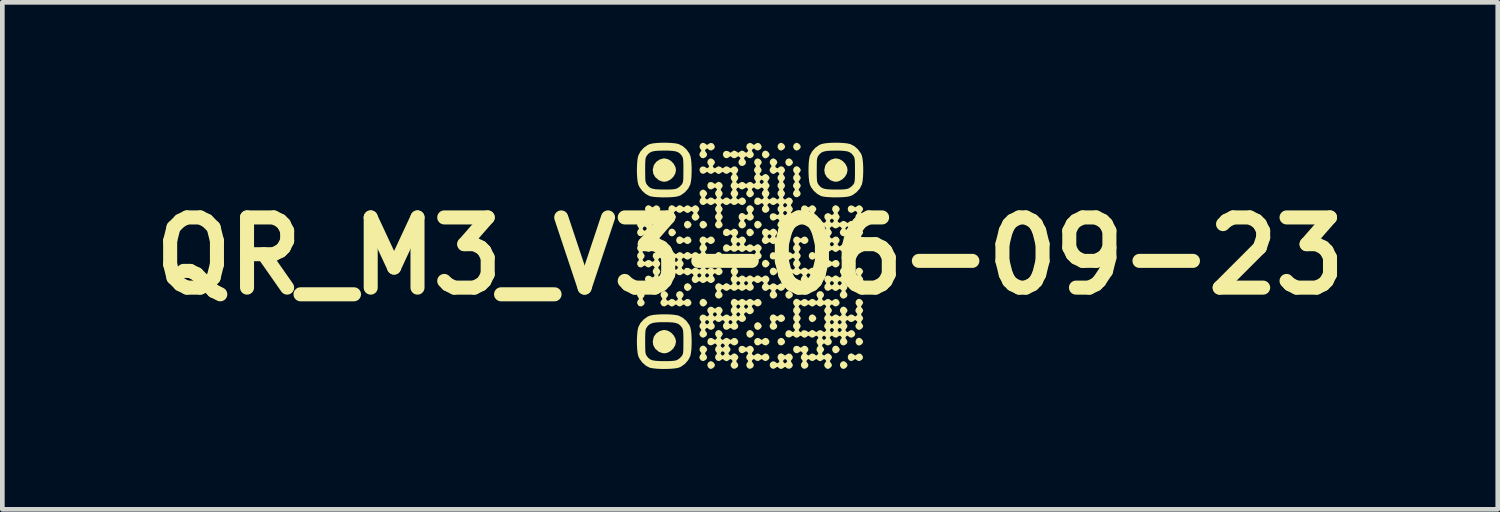
<source format=kicad_pcb>
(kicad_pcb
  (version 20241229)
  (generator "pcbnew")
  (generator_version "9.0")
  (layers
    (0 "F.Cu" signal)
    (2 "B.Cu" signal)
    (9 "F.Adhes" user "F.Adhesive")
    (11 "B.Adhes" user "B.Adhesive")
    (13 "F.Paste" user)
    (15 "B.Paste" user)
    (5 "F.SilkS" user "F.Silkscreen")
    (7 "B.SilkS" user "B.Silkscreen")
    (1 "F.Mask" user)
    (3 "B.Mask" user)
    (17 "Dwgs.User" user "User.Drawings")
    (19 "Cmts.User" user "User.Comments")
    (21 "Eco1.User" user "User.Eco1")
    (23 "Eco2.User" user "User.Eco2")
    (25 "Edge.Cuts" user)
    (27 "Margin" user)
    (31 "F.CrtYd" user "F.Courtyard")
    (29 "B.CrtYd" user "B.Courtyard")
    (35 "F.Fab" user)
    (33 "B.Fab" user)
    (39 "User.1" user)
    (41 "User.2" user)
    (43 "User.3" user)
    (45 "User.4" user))
  (footprint "QR_M3_V3-06-09-23"
    (layer "F.Cu")
    (at 12.979 2.418)
    (property "Reference" "QR_M3_V3-06-09-23" (at 0 0 0) (layer "F.SilkS") (effects (font (size 1.5 1.5) (thickness 0.3))))
    (attr board_only exclude_from_pos_files exclude_from_bom)
    (fp_poly (pts (xy 0.697 1.76) (xy 0.722 1.78) (xy 0.748 1.825) (xy 0.74 1.866) (xy 0.72 1.889) (xy 0.674 1.914) (xy 0.63 1.906) (xy 0.61 1.89) (xy 0.586 1.846) (xy 0.592 1.8) (xy 0.61 1.776) (xy 0.653 1.752)) (stroke (width 0) (type solid)) (fill yes) (layer "F.SilkS"))
    (fp_poly (pts (xy -1.798 -0.736) (xy -1.765 -0.704) (xy -1.75 -0.666) (xy -1.75 -0.664) (xy -1.764 -0.63) (xy -1.796 -0.6) (xy -1.833 -0.584) (xy -1.838 -0.583) (xy -1.87 -0.594) (xy -1.89 -0.61) (xy -1.912 -0.651) (xy -1.909 -0.695) (xy -1.884 -0.732) (xy -1.843 -0.75) (xy -1.835 -0.75)) (stroke (width 0) (type solid)) (fill yes) (layer "F.SilkS"))
    (fp_poly (pts (xy -1.631 -0.57) (xy -1.599 -0.537) (xy -1.583 -0.5) (xy -1.583 -0.497) (xy -1.597 -0.464) (xy -1.629 -0.433) (xy -1.666 -0.417) (xy -1.671 -0.417) (xy -1.704 -0.428) (xy -1.724 -0.443) (xy -1.746 -0.484) (xy -1.742 -0.528) (xy -1.718 -0.565) (xy -1.676 -0.583) (xy -1.668 -0.583)) (stroke (width 0) (type solid)) (fill yes) (layer "F.SilkS"))
    (fp_poly (pts (xy -1.298 -0.736) (xy -1.265 -0.704) (xy -1.25 -0.666) (xy -1.25 -0.664) (xy -1.264 -0.63) (xy -1.296 -0.6) (xy -1.333 -0.584) (xy -1.338 -0.583) (xy -1.37 -0.594) (xy -1.39 -0.61) (xy -1.412 -0.651) (xy -1.409 -0.695) (xy -1.384 -0.732) (xy -1.343 -0.75) (xy -1.335 -0.75)) (stroke (width 0) (type solid)) (fill yes) (layer "F.SilkS"))
    (fp_poly (pts (xy -1.298 0.597) (xy -1.265 0.629) (xy -1.25 0.667) (xy -1.25 0.67) (xy -1.264 0.703) (xy -1.296 0.734) (xy -1.333 0.75) (xy -1.338 0.75) (xy -1.37 0.739) (xy -1.39 0.724) (xy -1.412 0.683) (xy -1.409 0.638) (xy -1.384 0.602) (xy -1.343 0.584) (xy -1.335 0.583)) (stroke (width 0) (type solid)) (fill yes) (layer "F.SilkS"))
    (fp_poly (pts (xy -0.965 -0.736) (xy -0.932 -0.704) (xy -0.917 -0.666) (xy -0.917 -0.664) (xy -0.93 -0.63) (xy -0.962 -0.6) (xy -0.999 -0.584) (xy -1.004 -0.583) (xy -1.037 -0.594) (xy -1.057 -0.61) (xy -1.079 -0.651) (xy -1.076 -0.695) (xy -1.051 -0.732) (xy -1.01 -0.75) (xy -1.001 -0.75)) (stroke (width 0) (type solid)) (fill yes) (layer "F.SilkS"))
    (fp_poly (pts (xy -0.965 0.93) (xy -0.932 0.963) (xy -0.917 1) (xy -0.917 1.003) (xy -0.93 1.036) (xy -0.962 1.067) (xy -0.999 1.083) (xy -1.004 1.083) (xy -1.037 1.072) (xy -1.057 1.057) (xy -1.079 1.016) (xy -1.076 0.972) (xy -1.051 0.935) (xy -1.01 0.917) (xy -1.001 0.917)) (stroke (width 0) (type solid)) (fill yes) (layer "F.SilkS"))
    (fp_poly (pts (xy -0.798 2.264) (xy -0.765 2.296) (xy -0.75 2.334) (xy -0.75 2.336) (xy -0.764 2.37) (xy -0.796 2.4) (xy -0.833 2.416) (xy -0.838 2.417) (xy -0.87 2.406) (xy -0.89 2.39) (xy -0.912 2.349) (xy -0.909 2.305) (xy -0.884 2.268) (xy -0.843 2.25) (xy -0.835 2.25)) (stroke (width 0) (type solid)) (fill yes) (layer "F.SilkS"))
    (fp_poly (pts (xy -0.631 -0.07) (xy -0.599 -0.037) (xy -0.583 0.000213) (xy -0.583 0.003) (xy -0.597 0.036) (xy -0.629 0.067) (xy -0.666 0.083) (xy -0.671 0.083) (xy -0.704 0.072) (xy -0.724 0.057) (xy -0.746 0.016) (xy -0.742 -0.028) (xy -0.718 -0.065) (xy -0.676 -0.083) (xy -0.668 -0.083)) (stroke (width 0) (type solid)) (fill yes) (layer "F.SilkS"))
    (fp_poly (pts (xy 0.035 -0.57) (xy 0.068 -0.537) (xy 0.083 -0.5) (xy 0.083 -0.497) (xy 0.07 -0.464) (xy 0.038 -0.433) (xy 0.001 -0.417) (xy -0.004 -0.417) (xy -0.037 -0.428) (xy -0.057 -0.443) (xy -0.079 -0.484) (xy -0.076 -0.528) (xy -0.051 -0.565) (xy -0.01 -0.583) (xy -0.001 -0.583)) (stroke (width 0) (type solid)) (fill yes) (layer "F.SilkS"))
    (fp_poly (pts (xy 0.035 1.597) (xy 0.068 1.629) (xy 0.083 1.667) (xy 0.083 1.67) (xy 0.07 1.703) (xy 0.038 1.734) (xy 0.001 1.75) (xy -0.004 1.75) (xy -0.037 1.739) (xy -0.057 1.724) (xy -0.079 1.683) (xy -0.076 1.638) (xy -0.051 1.602) (xy -0.01 1.584) (xy -0.001 1.583)) (stroke (width 0) (type solid)) (fill yes) (layer "F.SilkS"))
    (fp_poly (pts (xy 0.202 -0.736) (xy 0.235 -0.704) (xy 0.25 -0.666) (xy 0.25 -0.664) (xy 0.236 -0.63) (xy 0.204 -0.6) (xy 0.167 -0.584) (xy 0.162 -0.583) (xy 0.13 -0.594) (xy 0.11 -0.61) (xy 0.088 -0.651) (xy 0.091 -0.695) (xy 0.116 -0.732) (xy 0.157 -0.75) (xy 0.165 -0.75)) (stroke (width 0) (type solid)) (fill yes) (layer "F.SilkS"))
    (fp_poly (pts (xy 0.202 1.43) (xy 0.235 1.463) (xy 0.25 1.5) (xy 0.25 1.503) (xy 0.236 1.536) (xy 0.204 1.567) (xy 0.167 1.583) (xy 0.162 1.583) (xy 0.13 1.572) (xy 0.11 1.557) (xy 0.088 1.516) (xy 0.091 1.472) (xy 0.116 1.435) (xy 0.157 1.417) (xy 0.165 1.417)) (stroke (width 0) (type solid)) (fill yes) (layer "F.SilkS"))
    (fp_poly (pts (xy 0.369 -2.236) (xy 0.401 -2.204) (xy 0.417 -2.166) (xy 0.417 -2.164) (xy 0.403 -2.13) (xy 0.371 -2.1) (xy 0.334 -2.084) (xy 0.329 -2.083) (xy 0.296 -2.094) (xy 0.276 -2.11) (xy 0.254 -2.151) (xy 0.258 -2.195) (xy 0.282 -2.232) (xy 0.324 -2.25) (xy 0.332 -2.25)) (stroke (width 0) (type solid)) (fill yes) (layer "F.SilkS"))
    (fp_poly (pts (xy 0.369 0.097) (xy 0.401 0.129) (xy 0.417 0.167) (xy 0.417 0.17) (xy 0.403 0.203) (xy 0.371 0.234) (xy 0.334 0.25) (xy 0.329 0.25) (xy 0.296 0.239) (xy 0.276 0.224) (xy 0.254 0.183) (xy 0.258 0.138) (xy 0.282 0.102) (xy 0.324 0.084) (xy 0.332 0.083)) (stroke (width 0) (type solid)) (fill yes) (layer "F.SilkS"))
    (fp_poly (pts (xy 0.535 0.264) (xy 0.568 0.296) (xy 0.583 0.334) (xy 0.583 0.336) (xy 0.57 0.37) (xy 0.538 0.4) (xy 0.501 0.416) (xy 0.496 0.417) (xy 0.463 0.406) (xy 0.443 0.39) (xy 0.421 0.349) (xy 0.424 0.305) (xy 0.449 0.268) (xy 0.49 0.25) (xy 0.499 0.25)) (stroke (width 0) (type solid)) (fill yes) (layer "F.SilkS"))
    (fp_poly (pts (xy 0.702 -2.403) (xy 0.735 -2.371) (xy 0.75 -2.333) (xy 0.75 -2.33) (xy 0.736 -2.297) (xy 0.704 -2.266) (xy 0.667 -2.25) (xy 0.662 -2.25) (xy 0.63 -2.261) (xy 0.61 -2.276) (xy 0.588 -2.317) (xy 0.591 -2.362) (xy 0.616 -2.398) (xy 0.657 -2.416) (xy 0.665 -2.417)) (stroke (width 0) (type solid)) (fill yes) (layer "F.SilkS"))
    (fp_poly (pts (xy 0.869 -2.07) (xy 0.901 -2.037) (xy 0.917 -2) (xy 0.917 -1.997) (xy 0.903 -1.964) (xy 0.871 -1.933) (xy 0.834 -1.917) (xy 0.829 -1.917) (xy 0.796 -1.928) (xy 0.776 -1.943) (xy 0.754 -1.984) (xy 0.758 -2.028) (xy 0.782 -2.065) (xy 0.824 -2.083) (xy 0.832 -2.083)) (stroke (width 0) (type solid)) (fill yes) (layer "F.SilkS"))
    (fp_poly (pts (xy 0.869 0.764) (xy 0.901 0.796) (xy 0.917 0.834) (xy 0.917 0.836) (xy 0.903 0.87) (xy 0.871 0.9) (xy 0.834 0.916) (xy 0.829 0.917) (xy 0.796 0.906) (xy 0.776 0.89) (xy 0.754 0.849) (xy 0.758 0.805) (xy 0.782 0.768) (xy 0.824 0.75) (xy 0.832 0.75)) (stroke (width 0) (type solid)) (fill yes) (layer "F.SilkS"))
    (fp_poly (pts (xy 1.035 -2.403) (xy 1.068 -2.371) (xy 1.083 -2.333) (xy 1.083 -2.33) (xy 1.07 -2.297) (xy 1.038 -2.266) (xy 1.001 -2.25) (xy 0.996 -2.25) (xy 0.963 -2.261) (xy 0.943 -2.276) (xy 0.921 -2.317) (xy 0.924 -2.362) (xy 0.949 -2.398) (xy 0.99 -2.416) (xy 0.999 -2.417)) (stroke (width 0) (type solid)) (fill yes) (layer "F.SilkS"))
    (fp_poly (pts (xy 1.369 -0.07) (xy 1.401 -0.037) (xy 1.417 0.000213) (xy 1.417 0.003) (xy 1.403 0.036) (xy 1.371 0.067) (xy 1.334 0.083) (xy 1.329 0.083) (xy 1.296 0.072) (xy 1.276 0.057) (xy 1.254 0.016) (xy 1.258 -0.028) (xy 1.282 -0.065) (xy 1.324 -0.083) (xy 1.332 -0.083)) (stroke (width 0) (type solid)) (fill yes) (layer "F.SilkS"))
    (fp_poly (pts (xy 1.369 1.264) (xy 1.401 1.296) (xy 1.417 1.334) (xy 1.417 1.336) (xy 1.403 1.37) (xy 1.371 1.4) (xy 1.334 1.416) (xy 1.329 1.417) (xy 1.296 1.406) (xy 1.276 1.39) (xy 1.254 1.349) (xy 1.258 1.305) (xy 1.282 1.268) (xy 1.324 1.25) (xy 1.332 1.25)) (stroke (width 0) (type solid)) (fill yes) (layer "F.SilkS"))
    (fp_poly (pts (xy 1.869 1.93) (xy 1.901 1.963) (xy 1.917 2) (xy 1.917 2.003) (xy 1.903 2.036) (xy 1.871 2.067) (xy 1.834 2.083) (xy 1.829 2.083) (xy 1.796 2.072) (xy 1.776 2.057) (xy 1.754 2.016) (xy 1.758 1.972) (xy 1.782 1.935) (xy 1.824 1.917) (xy 1.832 1.917)) (stroke (width 0) (type solid)) (fill yes) (layer "F.SilkS"))
    (fp_poly (pts (xy 2.035 2.264) (xy 2.068 2.296) (xy 2.083 2.334) (xy 2.083 2.336) (xy 2.07 2.37) (xy 2.038 2.4) (xy 2.001 2.416) (xy 1.996 2.417) (xy 1.963 2.406) (xy 1.943 2.39) (xy 1.921 2.349) (xy 1.924 2.305) (xy 1.949 2.268) (xy 1.99 2.25) (xy 1.999 2.25)) (stroke (width 0) (type solid)) (fill yes) (layer "F.SilkS"))
    (fp_poly (pts (xy 2.369 1.764) (xy 2.401 1.796) (xy 2.417 1.834) (xy 2.417 1.836) (xy 2.403 1.87) (xy 2.371 1.9) (xy 2.334 1.916) (xy 2.329 1.917) (xy 2.296 1.906) (xy 2.276 1.89) (xy 2.254 1.849) (xy 2.258 1.805) (xy 2.282 1.768) (xy 2.324 1.75) (xy 2.332 1.75)) (stroke (width 0) (type solid)) (fill yes) (layer "F.SilkS"))
    (fp_poly (pts (xy -1.758 -2.068) (xy -1.688 -2.027) (xy -1.631 -1.967) (xy -1.594 -1.895) (xy -1.583 -1.833) (xy -1.599 -1.758) (xy -1.64 -1.688) (xy -1.701 -1.631) (xy -1.773 -1.594) (xy -1.836 -1.583) (xy -1.886 -1.592) (xy -1.942 -1.614) (xy -1.957 -1.623) (xy -2.027 -1.683) (xy -2.069 -1.757) (xy -2.08 -1.84) (xy -2.06 -1.927) (xy -2.05 -1.95) (xy -2.001 -2.013) (xy -1.932 -2.059) (xy -1.854 -2.082) (xy -1.832 -2.083)) (stroke (width 0) (type solid)) (fill yes) (layer "F.SilkS"))
    (fp_poly (pts (xy -1.758 1.599) (xy -1.688 1.64) (xy -1.631 1.7) (xy -1.594 1.771) (xy -1.583 1.833) (xy -1.599 1.909) (xy -1.64 1.979) (xy -1.701 2.036) (xy -1.773 2.073) (xy -1.836 2.083) (xy -1.886 2.074) (xy -1.942 2.052) (xy -1.957 2.044) (xy -2.027 1.984) (xy -2.069 1.91) (xy -2.08 1.827) (xy -2.06 1.739) (xy -2.05 1.716) (xy -2.001 1.654) (xy -1.932 1.608) (xy -1.854 1.585) (xy -1.832 1.583)) (stroke (width 0) (type solid)) (fill yes) (layer "F.SilkS"))
    (fp_poly (pts (xy 1.909 -2.068) (xy 1.979 -2.027) (xy 2.036 -1.967) (xy 2.073 -1.895) (xy 2.083 -1.833) (xy 2.068 -1.758) (xy 2.026 -1.688) (xy 1.966 -1.631) (xy 1.894 -1.594) (xy 1.831 -1.583) (xy 1.781 -1.592) (xy 1.725 -1.614) (xy 1.71 -1.623) (xy 1.64 -1.683) (xy 1.598 -1.757) (xy 1.586 -1.84) (xy 1.606 -1.927) (xy 1.617 -1.95) (xy 1.666 -2.013) (xy 1.735 -2.059) (xy 1.812 -2.082) (xy 1.835 -2.083)) (stroke (width 0) (type solid)) (fill yes) (layer "F.SilkS"))
    (fp_poly (pts (xy -2.303 0.76) (xy -2.278 0.78) (xy -2.253 0.822) (xy -2.26 0.862) (xy -2.278 0.886) (xy -2.296 0.912) (xy -2.29 0.932) (xy -2.278 0.947) (xy -2.252 0.991) (xy -2.26 1.032) (xy -2.28 1.056) (xy -2.326 1.081) (xy -2.37 1.073) (xy -2.39 1.057) (xy -2.414 1.013) (xy -2.408 0.966) (xy -2.39 0.943) (xy -2.373 0.92) (xy -2.382 0.9) (xy -2.39 0.89) (xy -2.414 0.846) (xy -2.408 0.8) (xy -2.39 0.776) (xy -2.347 0.752)) (stroke (width 0) (type solid)) (fill yes) (layer "F.SilkS"))
    (fp_poly (pts (xy 0.197 1.761) (xy 0.219 1.777) (xy 0.244 1.795) (xy 0.263 1.788) (xy 0.275 1.777) (xy 0.319 1.752) (xy 0.364 1.76) (xy 0.389 1.78) (xy 0.414 1.825) (xy 0.406 1.866) (xy 0.386 1.889) (xy 0.341 1.914) (xy 0.297 1.906) (xy 0.275 1.89) (xy 0.252 1.872) (xy 0.232 1.878) (xy 0.219 1.89) (xy 0.173 1.914) (xy 0.129 1.906) (xy 0.11 1.89) (xy 0.086 1.846) (xy 0.092 1.8) (xy 0.11 1.776) (xy 0.152 1.752)) (stroke (width 0) (type solid)) (fill yes) (layer "F.SilkS"))
    (fp_poly (pts (xy -2.138 -1.073) (xy -2.115 -1.056) (xy -2.09 -1.038) (xy -2.07 -1.045) (xy -2.058 -1.056) (xy -2.014 -1.081) (xy -1.97 -1.073) (xy -1.944 -1.053) (xy -1.919 -1.009) (xy -1.927 -0.968) (xy -1.947 -0.944) (xy -1.993 -0.919) (xy -2.037 -0.927) (xy -2.058 -0.944) (xy -2.081 -0.962) (xy -2.101 -0.955) (xy -2.115 -0.944) (xy -2.16 -0.919) (xy -2.204 -0.927) (xy -2.224 -0.943) (xy -2.245 -0.983) (xy -2.242 -1.028) (xy -2.219 -1.064) (xy -2.18 -1.083) (xy -2.171 -1.083)) (stroke (width 0) (type solid)) (fill yes) (layer "F.SilkS"))
    (fp_poly (pts (xy -1.471 -0.406) (xy -1.448 -0.39) (xy -1.423 -0.372) (xy -1.403 -0.378) (xy -1.391 -0.39) (xy -1.348 -0.414) (xy -1.303 -0.407) (xy -1.278 -0.386) (xy -1.252 -0.342) (xy -1.26 -0.301) (xy -1.28 -0.278) (xy -1.326 -0.252) (xy -1.37 -0.26) (xy -1.391 -0.277) (xy -1.414 -0.295) (xy -1.435 -0.288) (xy -1.448 -0.277) (xy -1.493 -0.252) (xy -1.537 -0.261) (xy -1.557 -0.276) (xy -1.579 -0.317) (xy -1.576 -0.361) (xy -1.552 -0.398) (xy -1.513 -0.416) (xy -1.504 -0.417)) (stroke (width 0) (type solid)) (fill yes) (layer "F.SilkS"))
    (fp_poly (pts (xy 1.695 0.094) (xy 1.719 0.11) (xy 1.744 0.128) (xy 1.763 0.122) (xy 1.775 0.11) (xy 1.819 0.086) (xy 1.864 0.093) (xy 1.889 0.114) (xy 1.914 0.158) (xy 1.906 0.199) (xy 1.886 0.222) (xy 1.841 0.248) (xy 1.797 0.24) (xy 1.775 0.223) (xy 1.752 0.205) (xy 1.732 0.212) (xy 1.719 0.223) (xy 1.673 0.248) (xy 1.629 0.239) (xy 1.61 0.224) (xy 1.588 0.183) (xy 1.591 0.139) (xy 1.614 0.102) (xy 1.654 0.084) (xy 1.662 0.083)) (stroke (width 0) (type solid)) (fill yes) (layer "F.SilkS"))
    (fp_poly (pts (xy 2.195 2.094) (xy 2.219 2.11) (xy 2.244 2.128) (xy 2.263 2.122) (xy 2.275 2.11) (xy 2.319 2.086) (xy 2.364 2.093) (xy 2.389 2.114) (xy 2.414 2.158) (xy 2.406 2.199) (xy 2.386 2.222) (xy 2.341 2.248) (xy 2.297 2.24) (xy 2.275 2.223) (xy 2.252 2.205) (xy 2.232 2.212) (xy 2.219 2.223) (xy 2.173 2.248) (xy 2.129 2.239) (xy 2.11 2.224) (xy 2.088 2.183) (xy 2.091 2.139) (xy 2.114 2.102) (xy 2.154 2.084) (xy 2.162 2.083)) (stroke (width 0) (type solid)) (fill yes) (layer "F.SilkS"))
    (fp_poly (pts (xy -0.966 1.93) (xy -0.933 1.961) (xy -0.917 1.997) (xy -0.917 2) (xy -0.927 2.029) (xy -0.944 2.053) (xy -0.963 2.078) (xy -0.957 2.099) (xy -0.944 2.114) (xy -0.919 2.158) (xy -0.927 2.199) (xy -0.947 2.222) (xy -0.993 2.248) (xy -1.037 2.24) (xy -1.057 2.224) (xy -1.079 2.189) (xy -1.083 2.167) (xy -1.072 2.13) (xy -1.057 2.11) (xy -1.04 2.086) (xy -1.048 2.066) (xy -1.057 2.057) (xy -1.079 2.016) (xy -1.076 1.972) (xy -1.051 1.935) (xy -1.01 1.917) (xy -1.001 1.917)) (stroke (width 0) (type solid)) (fill yes) (layer "F.SilkS"))
    (fp_poly (pts (xy 2.368 -0.57) (xy 2.4 -0.539) (xy 2.416 -0.503) (xy 2.417 -0.5) (xy 2.406 -0.471) (xy 2.389 -0.447) (xy 2.371 -0.422) (xy 2.377 -0.401) (xy 2.389 -0.386) (xy 2.414 -0.342) (xy 2.406 -0.301) (xy 2.386 -0.278) (xy 2.34 -0.252) (xy 2.297 -0.26) (xy 2.276 -0.276) (xy 2.255 -0.311) (xy 2.25 -0.333) (xy 2.261 -0.37) (xy 2.276 -0.39) (xy 2.294 -0.414) (xy 2.285 -0.434) (xy 2.276 -0.443) (xy 2.254 -0.484) (xy 2.258 -0.528) (xy 2.282 -0.565) (xy 2.324 -0.583) (xy 2.332 -0.583)) (stroke (width 0) (type solid)) (fill yes) (layer "F.SilkS"))
    (fp_poly (pts (xy -0.971 -2.406) (xy -0.948 -2.39) (xy -0.923 -2.372) (xy -0.903 -2.378) (xy -0.891 -2.39) (xy -0.848 -2.414) (xy -0.803 -2.407) (xy -0.778 -2.386) (xy -0.752 -2.342) (xy -0.76 -2.301) (xy -0.78 -2.278) (xy -0.826 -2.252) (xy -0.87 -2.26) (xy -0.892 -2.277) (xy -0.915 -2.296) (xy -0.935 -2.289) (xy -0.946 -2.278) (xy -0.964 -2.255) (xy -0.957 -2.235) (xy -0.945 -2.22) (xy -0.919 -2.176) (xy -0.927 -2.135) (xy -0.947 -2.111) (xy -0.993 -2.086) (xy -1.037 -2.094) (xy -1.057 -2.11) (xy -1.079 -2.144) (xy -1.083 -2.167) (xy -1.072 -2.203) (xy -1.057 -2.224) (xy -1.04 -2.247) (xy -1.048 -2.267) (xy -1.057 -2.276) (xy -1.079 -2.317) (xy -1.076 -2.361) (xy -1.052 -2.398) (xy -1.013 -2.416) (xy -1.004 -2.417)) (stroke (width 0) (type solid)) (fill yes) (layer "F.SilkS"))
    (fp_poly (pts (xy 0.529 1.261) (xy 0.552 1.277) (xy 0.577 1.295) (xy 0.597 1.288) (xy 0.609 1.277) (xy 0.652 1.252) (xy 0.697 1.26) (xy 0.722 1.28) (xy 0.748 1.325) (xy 0.74 1.366) (xy 0.72 1.389) (xy 0.674 1.414) (xy 0.63 1.406) (xy 0.608 1.389) (xy 0.585 1.371) (xy 0.565 1.378) (xy 0.554 1.389) (xy 0.536 1.412) (xy 0.543 1.432) (xy 0.555 1.447) (xy 0.581 1.491) (xy 0.573 1.532) (xy 0.553 1.556) (xy 0.507 1.581) (xy 0.463 1.573) (xy 0.443 1.557) (xy 0.421 1.522) (xy 0.417 1.5) (xy 0.428 1.463) (xy 0.443 1.443) (xy 0.46 1.42) (xy 0.452 1.4) (xy 0.443 1.39) (xy 0.421 1.35) (xy 0.424 1.306) (xy 0.448 1.269) (xy 0.487 1.251) (xy 0.496 1.25)) (stroke (width 0) (type solid)) (fill yes) (layer "F.SilkS"))
    (fp_poly (pts (xy 2.368 -1.07) (xy 2.4 -1.039) (xy 2.416 -1.003) (xy 2.417 -1) (xy 2.406 -0.971) (xy 2.389 -0.947) (xy 2.371 -0.922) (xy 2.377 -0.901) (xy 2.389 -0.886) (xy 2.414 -0.842) (xy 2.406 -0.801) (xy 2.386 -0.778) (xy 2.34 -0.752) (xy 2.297 -0.76) (xy 2.276 -0.776) (xy 2.255 -0.811) (xy 2.25 -0.833) (xy 2.261 -0.87) (xy 2.276 -0.89) (xy 2.294 -0.913) (xy 2.285 -0.933) (xy 2.275 -0.944) (xy 2.253 -0.961) (xy 2.233 -0.955) (xy 2.217 -0.942) (xy 2.174 -0.92) (xy 2.133 -0.926) (xy 2.101 -0.953) (xy 2.087 -0.995) (xy 2.092 -1.033) (xy 2.117 -1.066) (xy 2.158 -1.079) (xy 2.201 -1.069) (xy 2.217 -1.058) (xy 2.242 -1.039) (xy 2.262 -1.044) (xy 2.275 -1.056) (xy 2.31 -1.078) (xy 2.332 -1.083)) (stroke (width 0) (type solid)) (fill yes) (layer "F.SilkS"))
    (fp_poly (pts (xy 0.034 -1.07) (xy 0.067 -1.039) (xy 0.083 -1.003) (xy 0.083 -1) (xy 0.073 -0.971) (xy 0.056 -0.947) (xy 0.037 -0.922) (xy 0.043 -0.901) (xy 0.056 -0.886) (xy 0.081 -0.842) (xy 0.073 -0.801) (xy 0.053 -0.778) (xy 0.007 -0.752) (xy -0.037 -0.76) (xy -0.058 -0.777) (xy -0.082 -0.796) (xy -0.101 -0.789) (xy -0.113 -0.778) (xy -0.13 -0.755) (xy -0.124 -0.735) (xy -0.111 -0.72) (xy -0.086 -0.676) (xy -0.094 -0.635) (xy -0.114 -0.611) (xy -0.16 -0.586) (xy -0.203 -0.594) (xy -0.224 -0.61) (xy -0.245 -0.644) (xy -0.25 -0.667) (xy -0.239 -0.703) (xy -0.224 -0.724) (xy -0.206 -0.747) (xy -0.215 -0.767) (xy -0.224 -0.776) (xy -0.245 -0.817) (xy -0.242 -0.861) (xy -0.219 -0.898) (xy -0.18 -0.916) (xy -0.171 -0.917) (xy -0.138 -0.906) (xy -0.115 -0.89) (xy -0.09 -0.872) (xy -0.07 -0.878) (xy -0.058 -0.89) (xy -0.04 -0.913) (xy -0.048 -0.933) (xy -0.057 -0.943) (xy -0.079 -0.984) (xy -0.076 -1.028) (xy -0.051 -1.065) (xy -0.01 -1.083) (xy -0.001 -1.083)) (stroke (width 0) (type solid)) (fill yes) (layer "F.SilkS"))
    (fp_poly (pts (xy 1.034 -1.903) (xy 1.067 -1.872) (xy 1.083 -1.837) (xy 1.083 -1.833) (xy 1.073 -1.804) (xy 1.056 -1.78) (xy 1.037 -1.755) (xy 1.043 -1.734) (xy 1.056 -1.72) (xy 1.077 -1.687) (xy 1.083 -1.667) (xy 1.073 -1.638) (xy 1.056 -1.614) (xy 1.037 -1.588) (xy 1.043 -1.568) (xy 1.056 -1.553) (xy 1.077 -1.521) (xy 1.083 -1.5) (xy 1.073 -1.471) (xy 1.056 -1.447) (xy 1.037 -1.422) (xy 1.043 -1.401) (xy 1.056 -1.386) (xy 1.081 -1.342) (xy 1.073 -1.301) (xy 1.053 -1.278) (xy 1.007 -1.252) (xy 0.963 -1.26) (xy 0.943 -1.276) (xy 0.921 -1.311) (xy 0.917 -1.333) (xy 0.928 -1.37) (xy 0.943 -1.39) (xy 0.96 -1.414) (xy 0.952 -1.434) (xy 0.943 -1.443) (xy 0.921 -1.478) (xy 0.917 -1.5) (xy 0.928 -1.537) (xy 0.943 -1.557) (xy 0.96 -1.58) (xy 0.952 -1.6) (xy 0.943 -1.61) (xy 0.919 -1.654) (xy 0.926 -1.7) (xy 0.943 -1.724) (xy 0.96 -1.747) (xy 0.952 -1.767) (xy 0.943 -1.776) (xy 0.921 -1.817) (xy 0.924 -1.862) (xy 0.949 -1.898) (xy 0.99 -1.916) (xy 0.999 -1.917)) (stroke (width 0) (type solid)) (fill yes) (layer "F.SilkS"))
    (fp_poly (pts (xy 0.534 -0.57) (xy 0.567 -0.539) (xy 0.583 -0.503) (xy 0.583 -0.5) (xy 0.573 -0.471) (xy 0.556 -0.447) (xy 0.537 -0.422) (xy 0.543 -0.401) (xy 0.556 -0.386) (xy 0.581 -0.342) (xy 0.573 -0.301) (xy 0.553 -0.278) (xy 0.507 -0.252) (xy 0.463 -0.26) (xy 0.442 -0.277) (xy 0.419 -0.295) (xy 0.399 -0.288) (xy 0.385 -0.277) (xy 0.34 -0.252) (xy 0.296 -0.261) (xy 0.276 -0.276) (xy 0.255 -0.311) (xy 0.25 -0.333) (xy 0.261 -0.37) (xy 0.276 -0.39) (xy 0.294 -0.414) (xy 0.291 -0.42) (xy 0.37 -0.42) (xy 0.38 -0.395) (xy 0.383 -0.393) (xy 0.405 -0.37) (xy 0.424 -0.373) (xy 0.444 -0.392) (xy 0.46 -0.414) (xy 0.451 -0.435) (xy 0.442 -0.444) (xy 0.418 -0.462) (xy 0.399 -0.455) (xy 0.388 -0.445) (xy 0.37 -0.42) (xy 0.291 -0.42) (xy 0.285 -0.434) (xy 0.276 -0.443) (xy 0.255 -0.483) (xy 0.258 -0.528) (xy 0.281 -0.564) (xy 0.32 -0.583) (xy 0.329 -0.583) (xy 0.362 -0.573) (xy 0.385 -0.556) (xy 0.41 -0.538) (xy 0.43 -0.545) (xy 0.442 -0.556) (xy 0.476 -0.578) (xy 0.499 -0.583)) (stroke (width 0) (type solid)) (fill yes) (layer "F.SilkS"))
    (fp_poly (pts (xy 0.695 2.094) (xy 0.719 2.11) (xy 0.744 2.128) (xy 0.763 2.122) (xy 0.775 2.11) (xy 0.819 2.086) (xy 0.864 2.093) (xy 0.889 2.114) (xy 0.914 2.156) (xy 0.907 2.196) (xy 0.889 2.22) (xy 0.871 2.245) (xy 0.877 2.266) (xy 0.889 2.28) (xy 0.914 2.325) (xy 0.906 2.366) (xy 0.886 2.389) (xy 0.841 2.414) (xy 0.797 2.406) (xy 0.775 2.39) (xy 0.752 2.372) (xy 0.732 2.378) (xy 0.719 2.39) (xy 0.685 2.411) (xy 0.662 2.417) (xy 0.63 2.406) (xy 0.609 2.39) (xy 0.586 2.372) (xy 0.565 2.378) (xy 0.552 2.39) (xy 0.507 2.414) (xy 0.463 2.406) (xy 0.443 2.39) (xy 0.419 2.346) (xy 0.426 2.3) (xy 0.443 2.276) (xy 0.485 2.252) (xy 0.53 2.261) (xy 0.552 2.277) (xy 0.577 2.295) (xy 0.597 2.288) (xy 0.609 2.277) (xy 0.627 2.254) (xy 0.624 2.247) (xy 0.704 2.247) (xy 0.714 2.271) (xy 0.716 2.274) (xy 0.738 2.296) (xy 0.757 2.293) (xy 0.777 2.275) (xy 0.793 2.253) (xy 0.784 2.232) (xy 0.775 2.223) (xy 0.752 2.204) (xy 0.732 2.212) (xy 0.721 2.222) (xy 0.704 2.247) (xy 0.624 2.247) (xy 0.619 2.234) (xy 0.61 2.224) (xy 0.588 2.183) (xy 0.591 2.139) (xy 0.614 2.102) (xy 0.654 2.084) (xy 0.662 2.083)) (stroke (width 0) (type solid)) (fill yes) (layer "F.SilkS"))
    (fp_poly (pts (xy 0.03 1.927) (xy 0.056 1.947) (xy 0.081 1.989) (xy 0.074 2.029) (xy 0.055 2.053) (xy 0.037 2.079) (xy 0.042 2.098) (xy 0.054 2.111) (xy 0.077 2.129) (xy 0.097 2.122) (xy 0.108 2.111) (xy 0.151 2.086) (xy 0.196 2.094) (xy 0.219 2.11) (xy 0.244 2.128) (xy 0.263 2.122) (xy 0.275 2.11) (xy 0.319 2.086) (xy 0.364 2.093) (xy 0.389 2.114) (xy 0.414 2.158) (xy 0.406 2.199) (xy 0.386 2.222) (xy 0.341 2.248) (xy 0.297 2.24) (xy 0.275 2.223) (xy 0.252 2.205) (xy 0.232 2.212) (xy 0.219 2.223) (xy 0.173 2.248) (xy 0.129 2.239) (xy 0.108 2.223) (xy 0.085 2.204) (xy 0.065 2.211) (xy 0.054 2.222) (xy 0.036 2.245) (xy 0.043 2.265) (xy 0.055 2.28) (xy 0.081 2.324) (xy 0.073 2.365) (xy 0.053 2.389) (xy 0.007 2.414) (xy -0.037 2.406) (xy -0.057 2.39) (xy -0.081 2.346) (xy -0.074 2.3) (xy -0.057 2.276) (xy -0.04 2.253) (xy -0.048 2.233) (xy -0.057 2.224) (xy -0.079 2.189) (xy -0.083 2.167) (xy -0.072 2.13) (xy -0.057 2.11) (xy -0.04 2.087) (xy -0.048 2.067) (xy -0.058 2.056) (xy -0.08 2.039) (xy -0.101 2.045) (xy -0.117 2.058) (xy -0.159 2.08) (xy -0.2 2.074) (xy -0.232 2.047) (xy -0.246 2.005) (xy -0.242 1.967) (xy -0.216 1.934) (xy -0.175 1.921) (xy -0.132 1.931) (xy -0.117 1.942) (xy -0.091 1.961) (xy -0.072 1.956) (xy -0.058 1.944) (xy -0.014 1.919)) (stroke (width 0) (type solid)) (fill yes) (layer "F.SilkS"))
    (fp_poly (pts (xy -1.799 0.763) (xy -1.766 0.794) (xy -1.75 0.83) (xy -1.75 0.833) (xy -1.76 0.862) (xy -1.778 0.887) (xy -1.797 0.912) (xy -1.791 0.932) (xy -1.779 0.945) (xy -1.756 0.962) (xy -1.737 0.955) (xy -1.725 0.944) (xy -1.682 0.919) (xy -1.637 0.927) (xy -1.615 0.944) (xy -1.59 0.962) (xy -1.57 0.955) (xy -1.558 0.944) (xy -1.54 0.92) (xy -1.548 0.9) (xy -1.557 0.89) (xy -1.581 0.846) (xy -1.574 0.8) (xy -1.557 0.776) (xy -1.514 0.752) (xy -1.469 0.76) (xy -1.444 0.78) (xy -1.419 0.822) (xy -1.426 0.862) (xy -1.445 0.887) (xy -1.463 0.912) (xy -1.458 0.932) (xy -1.446 0.945) (xy -1.423 0.962) (xy -1.403 0.955) (xy -1.392 0.944) (xy -1.348 0.919) (xy -1.303 0.927) (xy -1.278 0.947) (xy -1.252 0.991) (xy -1.26 1.032) (xy -1.28 1.056) (xy -1.326 1.081) (xy -1.37 1.073) (xy -1.391 1.056) (xy -1.414 1.038) (xy -1.435 1.045) (xy -1.448 1.056) (xy -1.493 1.081) (xy -1.537 1.073) (xy -1.558 1.056) (xy -1.581 1.038) (xy -1.601 1.045) (xy -1.615 1.056) (xy -1.649 1.078) (xy -1.671 1.083) (xy -1.704 1.072) (xy -1.725 1.056) (xy -1.748 1.038) (xy -1.768 1.045) (xy -1.781 1.056) (xy -1.827 1.081) (xy -1.871 1.073) (xy -1.89 1.057) (xy -1.912 1.022) (xy -1.917 1) (xy -1.905 0.963) (xy -1.89 0.943) (xy -1.873 0.92) (xy -1.882 0.9) (xy -1.89 0.89) (xy -1.912 0.849) (xy -1.909 0.805) (xy -1.884 0.768) (xy -1.843 0.75) (xy -1.835 0.75)) (stroke (width 0) (type solid)) (fill yes) (layer "F.SilkS"))
    (fp_poly (pts (xy -1.132 -1.07) (xy -1.1 -1.039) (xy -1.084 -1.003) (xy -1.083 -1) (xy -1.094 -0.971) (xy -1.111 -0.947) (xy -1.129 -0.922) (xy -1.123 -0.901) (xy -1.111 -0.886) (xy -1.089 -0.853) (xy -1.083 -0.83) (xy -1.097 -0.797) (xy -1.129 -0.766) (xy -1.166 -0.75) (xy -1.171 -0.75) (xy -1.209 -0.764) (xy -1.239 -0.798) (xy -1.25 -0.833) (xy -1.239 -0.87) (xy -1.224 -0.89) (xy -1.206 -0.913) (xy -1.215 -0.933) (xy -1.225 -0.944) (xy -1.248 -0.962) (xy -1.268 -0.955) (xy -1.281 -0.944) (xy -1.315 -0.922) (xy -1.338 -0.917) (xy -1.37 -0.928) (xy -1.391 -0.944) (xy -1.414 -0.962) (xy -1.435 -0.955) (xy -1.448 -0.944) (xy -1.493 -0.919) (xy -1.537 -0.927) (xy -1.558 -0.944) (xy -1.582 -0.962) (xy -1.601 -0.955) (xy -1.613 -0.945) (xy -1.63 -0.922) (xy -1.624 -0.902) (xy -1.611 -0.887) (xy -1.586 -0.843) (xy -1.594 -0.801) (xy -1.614 -0.778) (xy -1.66 -0.752) (xy -1.703 -0.76) (xy -1.724 -0.776) (xy -1.745 -0.811) (xy -1.75 -0.833) (xy -1.739 -0.87) (xy -1.724 -0.89) (xy -1.706 -0.914) (xy -1.715 -0.934) (xy -1.724 -0.943) (xy -1.745 -0.983) (xy -1.742 -1.028) (xy -1.719 -1.064) (xy -1.68 -1.083) (xy -1.671 -1.083) (xy -1.638 -1.073) (xy -1.615 -1.056) (xy -1.59 -1.038) (xy -1.57 -1.045) (xy -1.558 -1.056) (xy -1.525 -1.078) (xy -1.504 -1.083) (xy -1.471 -1.073) (xy -1.448 -1.056) (xy -1.423 -1.038) (xy -1.403 -1.045) (xy -1.391 -1.056) (xy -1.348 -1.081) (xy -1.304 -1.073) (xy -1.281 -1.056) (xy -1.256 -1.038) (xy -1.237 -1.045) (xy -1.225 -1.056) (xy -1.19 -1.078) (xy -1.168 -1.083)) (stroke (width 0) (type solid)) (fill yes) (layer "F.SilkS"))
    (fp_poly (pts (xy 0.03 -2.406) (xy 0.052 -2.39) (xy 0.077 -2.372) (xy 0.097 -2.378) (xy 0.109 -2.39) (xy 0.152 -2.414) (xy 0.197 -2.407) (xy 0.222 -2.386) (xy 0.248 -2.342) (xy 0.24 -2.301) (xy 0.22 -2.278) (xy 0.174 -2.252) (xy 0.13 -2.26) (xy 0.108 -2.277) (xy 0.085 -2.296) (xy 0.065 -2.289) (xy 0.054 -2.278) (xy 0.036 -2.255) (xy 0.043 -2.235) (xy 0.055 -2.22) (xy 0.081 -2.176) (xy 0.073 -2.135) (xy 0.053 -2.111) (xy 0.007 -2.086) (xy -0.037 -2.094) (xy -0.058 -2.111) (xy -0.082 -2.129) (xy -0.101 -2.122) (xy -0.113 -2.111) (xy -0.13 -2.088) (xy -0.124 -2.068) (xy -0.111 -2.053) (xy -0.086 -2.009) (xy -0.094 -1.968) (xy -0.114 -1.944) (xy -0.16 -1.919) (xy -0.203 -1.927) (xy -0.224 -1.943) (xy -0.245 -1.978) (xy -0.25 -2) (xy -0.239 -2.037) (xy -0.224 -2.057) (xy -0.206 -2.08) (xy -0.215 -2.1) (xy -0.225 -2.11) (xy -0.248 -2.128) (xy -0.268 -2.122) (xy -0.281 -2.11) (xy -0.327 -2.086) (xy -0.371 -2.094) (xy -0.391 -2.11) (xy -0.414 -2.128) (xy -0.434 -2.122) (xy -0.45 -2.108) (xy -0.493 -2.087) (xy -0.534 -2.093) (xy -0.565 -2.119) (xy -0.58 -2.162) (xy -0.575 -2.2) (xy -0.55 -2.232) (xy -0.509 -2.245) (xy -0.465 -2.236) (xy -0.45 -2.225) (xy -0.424 -2.206) (xy -0.405 -2.211) (xy -0.391 -2.223) (xy -0.358 -2.245) (xy -0.338 -2.25) (xy -0.305 -2.239) (xy -0.281 -2.223) (xy -0.256 -2.205) (xy -0.237 -2.212) (xy -0.225 -2.223) (xy -0.192 -2.245) (xy -0.171 -2.25) (xy -0.138 -2.239) (xy -0.115 -2.223) (xy -0.09 -2.205) (xy -0.07 -2.212) (xy -0.058 -2.223) (xy -0.04 -2.246) (xy -0.048 -2.266) (xy -0.057 -2.276) (xy -0.081 -2.32) (xy -0.074 -2.367) (xy -0.057 -2.39) (xy -0.015 -2.415)) (stroke (width 0) (type solid)) (fill yes) (layer "F.SilkS"))
    (fp_poly (pts (xy -1.682 -2.413) (xy -1.594 -2.404) (xy -1.528 -2.39) (xy -1.525 -2.389) (xy -1.437 -2.344) (xy -1.359 -2.274) (xy -1.299 -2.19) (xy -1.278 -2.142) (xy -1.263 -2.078) (xy -1.254 -1.991) (xy -1.249 -1.89) (xy -1.249 -1.784) (xy -1.253 -1.682) (xy -1.263 -1.594) (xy -1.277 -1.528) (xy -1.278 -1.525) (xy -1.323 -1.437) (xy -1.392 -1.359) (xy -1.476 -1.299) (xy -1.525 -1.278) (xy -1.585 -1.264) (xy -1.668 -1.255) (xy -1.767 -1.251) (xy -1.871 -1.25) (xy -1.973 -1.254) (xy -2.062 -1.261) (xy -2.131 -1.273) (xy -2.149 -1.279) (xy -2.229 -1.322) (xy -2.303 -1.388) (xy -2.362 -1.467) (xy -2.389 -1.525) (xy -2.403 -1.588) (xy -2.413 -1.675) (xy -2.418 -1.777) (xy -2.418 -1.833) (xy -2.242 -1.833) (xy -2.241 -1.734) (xy -2.24 -1.662) (xy -2.237 -1.612) (xy -2.231 -1.577) (xy -2.222 -1.551) (xy -2.209 -1.529) (xy -2.205 -1.523) (xy -2.172 -1.484) (xy -2.135 -1.455) (xy -2.087 -1.436) (xy -2.023 -1.424) (xy -1.937 -1.419) (xy -1.836 -1.417) (xy -1.735 -1.418) (xy -1.66 -1.421) (xy -1.607 -1.428) (xy -1.569 -1.438) (xy -1.556 -1.444) (xy -1.507 -1.477) (xy -1.464 -1.521) (xy -1.462 -1.523) (xy -1.448 -1.545) (xy -1.438 -1.569) (xy -1.431 -1.601) (xy -1.427 -1.646) (xy -1.426 -1.711) (xy -1.425 -1.802) (xy -1.425 -1.833) (xy -1.425 -1.933) (xy -1.427 -2.004) (xy -1.43 -2.055) (xy -1.436 -2.09) (xy -1.445 -2.115) (xy -1.458 -2.137) (xy -1.462 -2.144) (xy -1.496 -2.184) (xy -1.534 -2.212) (xy -1.584 -2.232) (xy -1.651 -2.243) (xy -1.74 -2.249) (xy -1.833 -2.25) (xy -1.945 -2.248) (xy -2.03 -2.242) (xy -2.093 -2.229) (xy -2.14 -2.208) (xy -2.178 -2.177) (xy -2.204 -2.144) (xy -2.219 -2.122) (xy -2.229 -2.098) (xy -2.235 -2.066) (xy -2.239 -2.02) (xy -2.241 -1.955) (xy -2.242 -1.864) (xy -2.242 -1.833) (xy -2.418 -1.833) (xy -2.418 -1.883) (xy -2.413 -1.985) (xy -2.404 -2.073) (xy -2.39 -2.138) (xy -2.389 -2.142) (xy -2.344 -2.229) (xy -2.274 -2.308) (xy -2.19 -2.368) (xy -2.142 -2.389) (xy -2.078 -2.403) (xy -1.991 -2.413) (xy -1.89 -2.418) (xy -1.784 -2.418)) (stroke (width 0) (type solid)) (fill yes) (layer "F.SilkS"))
    (fp_poly (pts (xy -1.682 1.253) (xy -1.594 1.263) (xy -1.528 1.276) (xy -1.525 1.278) (xy -1.437 1.323) (xy -1.359 1.392) (xy -1.299 1.476) (xy -1.278 1.525) (xy -1.263 1.588) (xy -1.254 1.675) (xy -1.249 1.777) (xy -1.249 1.883) (xy -1.253 1.985) (xy -1.263 2.073) (xy -1.277 2.138) (xy -1.278 2.142) (xy -1.323 2.229) (xy -1.392 2.308) (xy -1.476 2.368) (xy -1.525 2.389) (xy -1.585 2.402) (xy -1.668 2.411) (xy -1.767 2.416) (xy -1.871 2.417) (xy -1.973 2.413) (xy -2.062 2.405) (xy -2.131 2.393) (xy -2.149 2.388) (xy -2.229 2.345) (xy -2.303 2.279) (xy -2.362 2.199) (xy -2.389 2.142) (xy -2.403 2.078) (xy -2.413 1.991) (xy -2.418 1.89) (xy -2.418 1.833) (xy -2.242 1.833) (xy -2.241 1.933) (xy -2.24 2.004) (xy -2.237 2.055) (xy -2.231 2.09) (xy -2.222 2.115) (xy -2.209 2.137) (xy -2.205 2.143) (xy -2.172 2.183) (xy -2.135 2.212) (xy -2.087 2.231) (xy -2.023 2.242) (xy -1.937 2.248) (xy -1.836 2.25) (xy -1.735 2.249) (xy -1.66 2.245) (xy -1.607 2.239) (xy -1.569 2.228) (xy -1.556 2.223) (xy -1.507 2.19) (xy -1.464 2.146) (xy -1.462 2.144) (xy -1.448 2.122) (xy -1.438 2.098) (xy -1.431 2.066) (xy -1.427 2.02) (xy -1.426 1.955) (xy -1.425 1.864) (xy -1.425 1.833) (xy -1.425 1.734) (xy -1.427 1.662) (xy -1.43 1.612) (xy -1.436 1.577) (xy -1.445 1.551) (xy -1.458 1.529) (xy -1.462 1.523) (xy -1.496 1.483) (xy -1.534 1.454) (xy -1.584 1.435) (xy -1.651 1.423) (xy -1.74 1.418) (xy -1.833 1.417) (xy -1.945 1.418) (xy -2.03 1.425) (xy -2.093 1.438) (xy -2.14 1.459) (xy -2.178 1.49) (xy -2.204 1.523) (xy -2.219 1.545) (xy -2.229 1.569) (xy -2.235 1.601) (xy -2.239 1.646) (xy -2.241 1.711) (xy -2.242 1.802) (xy -2.242 1.833) (xy -2.418 1.833) (xy -2.418 1.784) (xy -2.413 1.682) (xy -2.404 1.594) (xy -2.39 1.528) (xy -2.389 1.525) (xy -2.344 1.437) (xy -2.274 1.359) (xy -2.19 1.299) (xy -2.142 1.278) (xy -2.078 1.263) (xy -1.991 1.254) (xy -1.89 1.249) (xy -1.784 1.249)) (stroke (width 0) (type solid)) (fill yes) (layer "F.SilkS"))
    (fp_poly (pts (xy 1.985 -2.413) (xy 2.073 -2.404) (xy 2.138 -2.39) (xy 2.142 -2.389) (xy 2.229 -2.344) (xy 2.308 -2.274) (xy 2.368 -2.19) (xy 2.389 -2.142) (xy 2.403 -2.078) (xy 2.413 -1.991) (xy 2.418 -1.89) (xy 2.418 -1.784) (xy 2.413 -1.682) (xy 2.404 -1.594) (xy 2.39 -1.528) (xy 2.389 -1.525) (xy 2.344 -1.437) (xy 2.274 -1.359) (xy 2.19 -1.299) (xy 2.142 -1.278) (xy 2.082 -1.264) (xy 1.998 -1.255) (xy 1.9 -1.251) (xy 1.795 -1.25) (xy 1.694 -1.254) (xy 1.605 -1.261) (xy 1.536 -1.273) (xy 1.518 -1.279) (xy 1.438 -1.322) (xy 1.363 -1.388) (xy 1.304 -1.467) (xy 1.278 -1.525) (xy 1.263 -1.588) (xy 1.254 -1.675) (xy 1.249 -1.777) (xy 1.249 -1.833) (xy 1.425 -1.833) (xy 1.425 -1.734) (xy 1.427 -1.662) (xy 1.43 -1.612) (xy 1.436 -1.577) (xy 1.445 -1.551) (xy 1.458 -1.529) (xy 1.462 -1.523) (xy 1.495 -1.484) (xy 1.532 -1.455) (xy 1.58 -1.436) (xy 1.644 -1.424) (xy 1.73 -1.419) (xy 1.831 -1.417) (xy 1.932 -1.418) (xy 2.006 -1.421) (xy 2.06 -1.428) (xy 2.098 -1.438) (xy 2.11 -1.444) (xy 2.16 -1.477) (xy 2.203 -1.521) (xy 2.204 -1.523) (xy 2.219 -1.545) (xy 2.229 -1.569) (xy 2.235 -1.601) (xy 2.239 -1.646) (xy 2.241 -1.711) (xy 2.242 -1.802) (xy 2.242 -1.833) (xy 2.241 -1.933) (xy 2.24 -2.004) (xy 2.237 -2.055) (xy 2.231 -2.09) (xy 2.222 -2.115) (xy 2.209 -2.137) (xy 2.204 -2.144) (xy 2.171 -2.184) (xy 2.132 -2.212) (xy 2.082 -2.232) (xy 2.016 -2.243) (xy 1.926 -2.249) (xy 1.833 -2.25) (xy 1.721 -2.248) (xy 1.637 -2.242) (xy 1.574 -2.229) (xy 1.526 -2.208) (xy 1.489 -2.177) (xy 1.462 -2.144) (xy 1.448 -2.122) (xy 1.438 -2.098) (xy 1.431 -2.066) (xy 1.427 -2.02) (xy 1.426 -1.955) (xy 1.425 -1.864) (xy 1.425 -1.833) (xy 1.249 -1.833) (xy 1.249 -1.883) (xy 1.253 -1.985) (xy 1.263 -2.073) (xy 1.276 -2.138) (xy 1.278 -2.142) (xy 1.323 -2.229) (xy 1.392 -2.308) (xy 1.476 -2.368) (xy 1.525 -2.389) (xy 1.588 -2.403) (xy 1.675 -2.413) (xy 1.777 -2.418) (xy 1.883 -2.418)) (stroke (width 0) (type solid)) (fill yes) (layer "F.SilkS"))
    (fp_poly (pts (xy -0.303 -0.573) (xy -0.278 -0.553) (xy -0.253 -0.511) (xy -0.26 -0.471) (xy -0.278 -0.447) (xy -0.297 -0.421) (xy -0.291 -0.402) (xy -0.279 -0.389) (xy -0.256 -0.371) (xy -0.237 -0.378) (xy -0.225 -0.389) (xy -0.181 -0.414) (xy -0.136 -0.407) (xy -0.111 -0.386) (xy -0.086 -0.344) (xy -0.093 -0.305) (xy -0.111 -0.28) (xy -0.13 -0.254) (xy -0.125 -0.235) (xy -0.113 -0.222) (xy -0.09 -0.204) (xy -0.07 -0.212) (xy -0.058 -0.223) (xy -0.015 -0.248) (xy 0.029 -0.24) (xy 0.052 -0.223) (xy 0.077 -0.205) (xy 0.097 -0.212) (xy 0.109 -0.223) (xy 0.143 -0.245) (xy 0.165 -0.25) (xy 0.201 -0.237) (xy 0.234 -0.206) (xy 0.25 -0.17) (xy 0.25 -0.167) (xy 0.24 -0.138) (xy 0.222 -0.114) (xy 0.204 -0.088) (xy 0.21 -0.068) (xy 0.222 -0.053) (xy 0.248 -0.009) (xy 0.24 0.032) (xy 0.22 0.056) (xy 0.174 0.081) (xy 0.13 0.073) (xy 0.11 0.057) (xy 0.088 0.022) (xy 0.083 0) (xy 0.095 -0.037) (xy 0.11 -0.057) (xy 0.127 -0.08) (xy 0.119 -0.1) (xy 0.109 -0.11) (xy 0.086 -0.128) (xy 0.065 -0.122) (xy 0.052 -0.11) (xy 0.018 -0.089) (xy -0.004 -0.083) (xy -0.037 -0.094) (xy -0.058 -0.11) (xy -0.081 -0.128) (xy -0.101 -0.122) (xy -0.115 -0.11) (xy -0.149 -0.089) (xy -0.171 -0.083) (xy -0.204 -0.094) (xy -0.225 -0.11) (xy -0.248 -0.128) (xy -0.268 -0.122) (xy -0.281 -0.11) (xy -0.327 -0.086) (xy -0.371 -0.094) (xy -0.391 -0.11) (xy -0.414 -0.128) (xy -0.434 -0.122) (xy -0.45 -0.108) (xy -0.491 -0.089) (xy -0.534 -0.093) (xy -0.568 -0.118) (xy -0.575 -0.133) (xy -0.578 -0.184) (xy -0.558 -0.223) (xy -0.523 -0.245) (xy -0.481 -0.244) (xy -0.45 -0.225) (xy -0.424 -0.206) (xy -0.405 -0.211) (xy -0.391 -0.223) (xy -0.373 -0.246) (xy -0.376 -0.253) (xy -0.296 -0.253) (xy -0.286 -0.229) (xy -0.284 -0.226) (xy -0.262 -0.204) (xy -0.243 -0.207) (xy -0.223 -0.225) (xy -0.207 -0.247) (xy -0.216 -0.268) (xy -0.225 -0.277) (xy -0.248 -0.296) (xy -0.268 -0.288) (xy -0.279 -0.278) (xy -0.296 -0.253) (xy -0.376 -0.253) (xy -0.381 -0.266) (xy -0.39 -0.276) (xy -0.414 -0.32) (xy -0.408 -0.367) (xy -0.39 -0.39) (xy -0.373 -0.413) (xy -0.381 -0.433) (xy -0.391 -0.444) (xy -0.414 -0.461) (xy -0.434 -0.455) (xy -0.45 -0.442) (xy -0.491 -0.422) (xy -0.534 -0.427) (xy -0.568 -0.451) (xy -0.575 -0.467) (xy -0.578 -0.517) (xy -0.558 -0.556) (xy -0.523 -0.578) (xy -0.481 -0.577) (xy -0.45 -0.558) (xy -0.424 -0.539) (xy -0.405 -0.544) (xy -0.391 -0.556) (xy -0.348 -0.581)) (stroke (width 0) (type solid)) (fill yes) (layer "F.SilkS"))
    (fp_poly (pts (xy -0.632 1.597) (xy -0.6 1.628) (xy -0.584 1.663) (xy -0.583 1.667) (xy -0.594 1.696) (xy -0.611 1.72) (xy -0.63 1.746) (xy -0.625 1.765) (xy -0.613 1.778) (xy -0.59 1.796) (xy -0.57 1.788) (xy -0.558 1.777) (xy -0.515 1.752) (xy -0.471 1.76) (xy -0.448 1.777) (xy -0.423 1.795) (xy -0.403 1.788) (xy -0.391 1.777) (xy -0.348 1.752) (xy -0.303 1.76) (xy -0.278 1.78) (xy -0.252 1.825) (xy -0.26 1.866) (xy -0.28 1.889) (xy -0.326 1.914) (xy -0.37 1.906) (xy -0.392 1.889) (xy -0.415 1.871) (xy -0.435 1.878) (xy -0.446 1.889) (xy -0.464 1.912) (xy -0.457 1.932) (xy -0.445 1.947) (xy -0.423 1.979) (xy -0.417 2) (xy -0.427 2.029) (xy -0.445 2.053) (xy -0.463 2.079) (xy -0.458 2.098) (xy -0.446 2.111) (xy -0.423 2.129) (xy -0.403 2.122) (xy -0.392 2.111) (xy -0.358 2.089) (xy -0.335 2.083) (xy -0.299 2.097) (xy -0.266 2.128) (xy -0.25 2.163) (xy -0.25 2.167) (xy -0.26 2.196) (xy -0.278 2.22) (xy -0.296 2.245) (xy -0.29 2.266) (xy -0.278 2.28) (xy -0.252 2.325) (xy -0.26 2.366) (xy -0.28 2.389) (xy -0.326 2.414) (xy -0.37 2.406) (xy -0.39 2.39) (xy -0.412 2.356) (xy -0.417 2.333) (xy -0.405 2.297) (xy -0.39 2.276) (xy -0.373 2.253) (xy -0.381 2.233) (xy -0.391 2.223) (xy -0.414 2.205) (xy -0.435 2.212) (xy -0.448 2.223) (xy -0.482 2.244) (xy -0.504 2.25) (xy -0.537 2.239) (xy -0.558 2.223) (xy -0.581 2.205) (xy -0.601 2.212) (xy -0.615 2.223) (xy -0.66 2.248) (xy -0.704 2.239) (xy -0.724 2.224) (xy -0.748 2.18) (xy -0.741 2.133) (xy -0.724 2.11) (xy -0.706 2.086) (xy -0.709 2.08) (xy -0.63 2.08) (xy -0.62 2.105) (xy -0.617 2.107) (xy -0.595 2.13) (xy -0.576 2.127) (xy -0.556 2.108) (xy -0.54 2.086) (xy -0.549 2.065) (xy -0.558 2.056) (xy -0.582 2.038) (xy -0.601 2.045) (xy -0.612 2.055) (xy -0.63 2.08) (xy -0.709 2.08) (xy -0.715 2.066) (xy -0.724 2.057) (xy -0.748 2.013) (xy -0.741 1.966) (xy -0.724 1.943) (xy -0.706 1.92) (xy -0.709 1.914) (xy -0.63 1.914) (xy -0.62 1.938) (xy -0.617 1.941) (xy -0.595 1.963) (xy -0.576 1.96) (xy -0.556 1.942) (xy -0.54 1.919) (xy -0.549 1.899) (xy -0.558 1.889) (xy -0.582 1.871) (xy -0.601 1.878) (xy -0.612 1.888) (xy -0.63 1.914) (xy -0.709 1.914) (xy -0.715 1.9) (xy -0.725 1.89) (xy -0.747 1.872) (xy -0.767 1.878) (xy -0.783 1.892) (xy -0.824 1.911) (xy -0.868 1.907) (xy -0.901 1.882) (xy -0.908 1.867) (xy -0.911 1.816) (xy -0.892 1.777) (xy -0.857 1.755) (xy -0.815 1.756) (xy -0.783 1.775) (xy -0.758 1.794) (xy -0.738 1.789) (xy -0.725 1.777) (xy -0.707 1.754) (xy -0.714 1.734) (xy -0.724 1.724) (xy -0.746 1.683) (xy -0.742 1.638) (xy -0.718 1.602) (xy -0.676 1.584) (xy -0.668 1.583)) (stroke (width 0) (type solid)) (fill yes) (layer "F.SilkS"))
    (fp_poly (pts (xy 2.368 0.263) (xy 2.4 0.294) (xy 2.416 0.33) (xy 2.417 0.333) (xy 2.406 0.362) (xy 2.389 0.386) (xy 2.371 0.412) (xy 2.377 0.432) (xy 2.389 0.447) (xy 2.411 0.479) (xy 2.417 0.5) (xy 2.406 0.529) (xy 2.389 0.553) (xy 2.371 0.578) (xy 2.377 0.599) (xy 2.389 0.614) (xy 2.411 0.647) (xy 2.417 0.67) (xy 2.403 0.703) (xy 2.371 0.734) (xy 2.334 0.75) (xy 2.329 0.75) (xy 2.291 0.736) (xy 2.261 0.702) (xy 2.25 0.667) (xy 2.261 0.63) (xy 2.276 0.61) (xy 2.294 0.587) (xy 2.285 0.567) (xy 2.275 0.556) (xy 2.252 0.538) (xy 2.232 0.545) (xy 2.219 0.556) (xy 2.173 0.581) (xy 2.129 0.573) (xy 2.108 0.556) (xy 2.085 0.538) (xy 2.065 0.545) (xy 2.054 0.555) (xy 2.036 0.578) (xy 2.043 0.598) (xy 2.055 0.613) (xy 2.081 0.655) (xy 2.074 0.695) (xy 2.056 0.72) (xy 2.037 0.745) (xy 2.043 0.766) (xy 2.056 0.78) (xy 2.081 0.825) (xy 2.073 0.866) (xy 2.053 0.889) (xy 2.007 0.914) (xy 1.963 0.906) (xy 1.943 0.89) (xy 1.921 0.856) (xy 1.917 0.833) (xy 1.928 0.797) (xy 1.943 0.776) (xy 1.96 0.753) (xy 1.952 0.733) (xy 1.942 0.723) (xy 1.919 0.705) (xy 1.899 0.712) (xy 1.885 0.723) (xy 1.851 0.744) (xy 1.829 0.75) (xy 1.796 0.739) (xy 1.775 0.723) (xy 1.752 0.705) (xy 1.732 0.712) (xy 1.719 0.723) (xy 1.673 0.748) (xy 1.629 0.739) (xy 1.61 0.724) (xy 1.586 0.68) (xy 1.592 0.633) (xy 1.61 0.61) (xy 1.627 0.586) (xy 1.624 0.58) (xy 1.704 0.58) (xy 1.714 0.605) (xy 1.716 0.607) (xy 1.738 0.63) (xy 1.757 0.627) (xy 1.777 0.608) (xy 1.793 0.586) (xy 1.791 0.58) (xy 1.87 0.58) (xy 1.88 0.605) (xy 1.883 0.607) (xy 1.905 0.63) (xy 1.924 0.627) (xy 1.944 0.608) (xy 1.96 0.586) (xy 1.951 0.565) (xy 1.942 0.556) (xy 1.918 0.538) (xy 1.899 0.545) (xy 1.888 0.555) (xy 1.87 0.58) (xy 1.791 0.58) (xy 1.784 0.565) (xy 1.775 0.556) (xy 1.752 0.538) (xy 1.732 0.545) (xy 1.721 0.555) (xy 1.704 0.58) (xy 1.624 0.58) (xy 1.618 0.566) (xy 1.61 0.557) (xy 1.586 0.513) (xy 1.592 0.466) (xy 1.61 0.443) (xy 1.652 0.419) (xy 1.697 0.428) (xy 1.719 0.444) (xy 1.744 0.462) (xy 1.763 0.455) (xy 1.775 0.444) (xy 1.808 0.422) (xy 1.829 0.417) (xy 1.862 0.427) (xy 1.885 0.444) (xy 1.91 0.462) (xy 1.93 0.455) (xy 1.942 0.444) (xy 1.96 0.42) (xy 1.952 0.4) (xy 1.943 0.39) (xy 1.921 0.349) (xy 1.924 0.305) (xy 1.949 0.268) (xy 1.99 0.25) (xy 1.999 0.25) (xy 2.034 0.263) (xy 2.067 0.294) (xy 2.083 0.33) (xy 2.083 0.333) (xy 2.073 0.362) (xy 2.055 0.387) (xy 2.037 0.412) (xy 2.042 0.432) (xy 2.054 0.445) (xy 2.077 0.462) (xy 2.097 0.455) (xy 2.108 0.444) (xy 2.151 0.419) (xy 2.196 0.427) (xy 2.219 0.444) (xy 2.244 0.462) (xy 2.263 0.455) (xy 2.275 0.444) (xy 2.293 0.42) (xy 2.286 0.4) (xy 2.276 0.39) (xy 2.254 0.349) (xy 2.258 0.305) (xy 2.282 0.268) (xy 2.324 0.25) (xy 2.332 0.25)) (stroke (width 0) (type solid)) (fill yes) (layer "F.SilkS"))
    (fp_poly (pts (xy -0.299 0.097) (xy -0.266 0.128) (xy -0.25 0.163) (xy -0.25 0.167) (xy -0.26 0.196) (xy -0.278 0.22) (xy -0.296 0.245) (xy -0.29 0.266) (xy -0.278 0.28) (xy -0.253 0.322) (xy -0.26 0.362) (xy -0.278 0.387) (xy -0.297 0.412) (xy -0.291 0.432) (xy -0.279 0.445) (xy -0.256 0.462) (xy -0.237 0.455) (xy -0.225 0.444) (xy -0.182 0.419) (xy -0.137 0.427) (xy -0.115 0.444) (xy -0.09 0.462) (xy -0.07 0.455) (xy -0.058 0.444) (xy -0.025 0.422) (xy -0.004 0.417) (xy 0.029 0.427) (xy 0.052 0.444) (xy 0.077 0.462) (xy 0.097 0.455) (xy 0.109 0.444) (xy 0.142 0.422) (xy 0.162 0.417) (xy 0.195 0.427) (xy 0.219 0.444) (xy 0.244 0.462) (xy 0.263 0.455) (xy 0.275 0.444) (xy 0.319 0.419) (xy 0.364 0.427) (xy 0.389 0.447) (xy 0.414 0.489) (xy 0.407 0.529) (xy 0.389 0.553) (xy 0.37 0.579) (xy 0.375 0.598) (xy 0.387 0.611) (xy 0.41 0.629) (xy 0.43 0.622) (xy 0.442 0.611) (xy 0.485 0.586) (xy 0.529 0.594) (xy 0.552 0.61) (xy 0.577 0.628) (xy 0.597 0.622) (xy 0.609 0.61) (xy 0.652 0.586) (xy 0.697 0.593) (xy 0.722 0.614) (xy 0.748 0.658) (xy 0.74 0.699) (xy 0.72 0.722) (xy 0.674 0.748) (xy 0.63 0.74) (xy 0.608 0.723) (xy 0.585 0.704) (xy 0.565 0.711) (xy 0.554 0.722) (xy 0.536 0.745) (xy 0.543 0.765) (xy 0.555 0.78) (xy 0.581 0.824) (xy 0.573 0.865) (xy 0.553 0.889) (xy 0.507 0.914) (xy 0.463 0.906) (xy 0.443 0.89) (xy 0.419 0.846) (xy 0.426 0.8) (xy 0.443 0.776) (xy 0.46 0.753) (xy 0.452 0.733) (xy 0.442 0.723) (xy 0.419 0.705) (xy 0.399 0.712) (xy 0.385 0.723) (xy 0.351 0.744) (xy 0.329 0.75) (xy 0.291 0.736) (xy 0.261 0.702) (xy 0.25 0.667) (xy 0.261 0.63) (xy 0.276 0.61) (xy 0.294 0.587) (xy 0.285 0.567) (xy 0.275 0.556) (xy 0.252 0.538) (xy 0.232 0.545) (xy 0.219 0.556) (xy 0.173 0.581) (xy 0.129 0.573) (xy 0.108 0.556) (xy 0.085 0.538) (xy 0.065 0.545) (xy 0.054 0.555) (xy 0.036 0.578) (xy 0.043 0.598) (xy 0.055 0.613) (xy 0.081 0.657) (xy 0.073 0.699) (xy 0.053 0.722) (xy 0.007 0.748) (xy -0.037 0.74) (xy -0.058 0.723) (xy -0.081 0.705) (xy -0.101 0.712) (xy -0.115 0.723) (xy -0.16 0.748) (xy -0.204 0.739) (xy -0.225 0.723) (xy -0.248 0.705) (xy -0.268 0.712) (xy -0.281 0.723) (xy -0.327 0.748) (xy -0.371 0.739) (xy -0.391 0.723) (xy -0.414 0.705) (xy -0.435 0.712) (xy -0.448 0.723) (xy -0.493 0.748) (xy -0.537 0.739) (xy -0.558 0.723) (xy -0.582 0.704) (xy -0.601 0.711) (xy -0.613 0.722) (xy -0.63 0.745) (xy -0.624 0.765) (xy -0.611 0.78) (xy -0.586 0.824) (xy -0.594 0.865) (xy -0.614 0.889) (xy -0.66 0.914) (xy -0.703 0.906) (xy -0.724 0.89) (xy -0.745 0.856) (xy -0.75 0.833) (xy -0.739 0.797) (xy -0.724 0.776) (xy -0.706 0.753) (xy -0.715 0.733) (xy -0.724 0.724) (xy -0.745 0.683) (xy -0.742 0.639) (xy -0.719 0.602) (xy -0.68 0.584) (xy -0.671 0.583) (xy -0.638 0.594) (xy -0.615 0.61) (xy -0.59 0.628) (xy -0.57 0.622) (xy -0.558 0.61) (xy -0.525 0.589) (xy -0.504 0.583) (xy -0.471 0.594) (xy -0.448 0.61) (xy -0.423 0.628) (xy -0.403 0.622) (xy -0.391 0.61) (xy -0.373 0.587) (xy -0.376 0.58) (xy -0.296 0.58) (xy -0.286 0.605) (xy -0.284 0.607) (xy -0.262 0.63) (xy -0.243 0.627) (xy -0.223 0.608) (xy -0.207 0.586) (xy -0.209 0.58) (xy -0.13 0.58) (xy -0.12 0.605) (xy -0.117 0.607) (xy -0.095 0.63) (xy -0.076 0.627) (xy -0.056 0.608) (xy -0.04 0.586) (xy -0.049 0.565) (xy -0.058 0.556) (xy -0.082 0.538) (xy -0.101 0.545) (xy -0.112 0.555) (xy -0.13 0.58) (xy -0.209 0.58) (xy -0.216 0.565) (xy -0.225 0.556) (xy -0.248 0.538) (xy -0.268 0.545) (xy -0.279 0.555) (xy -0.296 0.58) (xy -0.376 0.58) (xy -0.381 0.567) (xy -0.39 0.557) (xy -0.414 0.513) (xy -0.408 0.466) (xy -0.39 0.443) (xy -0.373 0.42) (xy -0.382 0.4) (xy -0.39 0.39) (xy -0.414 0.346) (xy -0.408 0.3) (xy -0.39 0.276) (xy -0.373 0.253) (xy -0.382 0.233) (xy -0.39 0.224) (xy -0.412 0.183) (xy -0.409 0.138) (xy -0.384 0.102) (xy -0.343 0.084) (xy -0.335 0.083)) (stroke (width 0) (type solid)) (fill yes) (layer "F.SilkS"))
    (fp_poly (pts (xy 1.03 -0.406) (xy 1.052 -0.39) (xy 1.077 -0.372) (xy 1.097 -0.378) (xy 1.109 -0.39) (xy 1.152 -0.414) (xy 1.197 -0.407) (xy 1.222 -0.386) (xy 1.248 -0.342) (xy 1.24 -0.301) (xy 1.22 -0.278) (xy 1.174 -0.252) (xy 1.13 -0.26) (xy 1.108 -0.277) (xy 1.085 -0.296) (xy 1.065 -0.289) (xy 1.054 -0.278) (xy 1.036 -0.255) (xy 1.043 -0.235) (xy 1.055 -0.22) (xy 1.081 -0.178) (xy 1.074 -0.138) (xy 1.056 -0.114) (xy 1.037 -0.088) (xy 1.043 -0.068) (xy 1.056 -0.053) (xy 1.077 -0.021) (xy 1.083 0) (xy 1.073 0.029) (xy 1.056 0.053) (xy 1.037 0.078) (xy 1.043 0.099) (xy 1.056 0.114) (xy 1.081 0.156) (xy 1.074 0.195) (xy 1.055 0.22) (xy 1.037 0.246) (xy 1.042 0.265) (xy 1.054 0.278) (xy 1.077 0.296) (xy 1.097 0.288) (xy 1.108 0.277) (xy 1.151 0.252) (xy 1.196 0.26) (xy 1.219 0.277) (xy 1.244 0.295) (xy 1.263 0.288) (xy 1.275 0.277) (xy 1.318 0.252) (xy 1.363 0.261) (xy 1.385 0.277) (xy 1.41 0.295) (xy 1.43 0.288) (xy 1.442 0.277) (xy 1.486 0.252) (xy 1.53 0.26) (xy 1.556 0.28) (xy 1.581 0.325) (xy 1.573 0.366) (xy 1.553 0.389) (xy 1.507 0.414) (xy 1.463 0.406) (xy 1.442 0.39) (xy 1.419 0.372) (xy 1.399 0.378) (xy 1.385 0.39) (xy 1.34 0.414) (xy 1.296 0.406) (xy 1.275 0.389) (xy 1.252 0.371) (xy 1.232 0.378) (xy 1.221 0.389) (xy 1.203 0.412) (xy 1.209 0.432) (xy 1.222 0.447) (xy 1.247 0.489) (xy 1.241 0.528) (xy 1.222 0.553) (xy 1.203 0.579) (xy 1.209 0.598) (xy 1.221 0.611) (xy 1.244 0.629) (xy 1.263 0.622) (xy 1.275 0.611) (xy 1.319 0.586) (xy 1.364 0.593) (xy 1.389 0.614) (xy 1.414 0.658) (xy 1.406 0.699) (xy 1.386 0.722) (xy 1.341 0.748) (xy 1.297 0.74) (xy 1.275 0.723) (xy 1.252 0.705) (xy 1.232 0.712) (xy 1.219 0.723) (xy 1.185 0.744) (xy 1.162 0.75) (xy 1.13 0.739) (xy 1.109 0.723) (xy 1.086 0.705) (xy 1.065 0.712) (xy 1.052 0.723) (xy 1.007 0.748) (xy 0.963 0.739) (xy 0.943 0.724) (xy 0.921 0.683) (xy 0.924 0.639) (xy 0.948 0.602) (xy 0.987 0.584) (xy 0.996 0.583) (xy 1.029 0.594) (xy 1.052 0.61) (xy 1.077 0.628) (xy 1.097 0.622) (xy 1.109 0.61) (xy 1.127 0.587) (xy 1.119 0.567) (xy 1.11 0.557) (xy 1.088 0.522) (xy 1.083 0.5) (xy 1.095 0.463) (xy 1.11 0.443) (xy 1.127 0.42) (xy 1.119 0.4) (xy 1.109 0.39) (xy 1.086 0.372) (xy 1.065 0.378) (xy 1.052 0.39) (xy 1.007 0.414) (xy 0.963 0.406) (xy 0.942 0.389) (xy 0.918 0.371) (xy 0.899 0.378) (xy 0.887 0.389) (xy 0.87 0.412) (xy 0.876 0.432) (xy 0.889 0.447) (xy 0.91 0.48) (xy 0.917 0.503) (xy 0.903 0.536) (xy 0.871 0.567) (xy 0.834 0.583) (xy 0.829 0.583) (xy 0.791 0.569) (xy 0.761 0.535) (xy 0.75 0.5) (xy 0.761 0.463) (xy 0.776 0.443) (xy 0.794 0.42) (xy 0.785 0.4) (xy 0.776 0.39) (xy 0.752 0.346) (xy 0.759 0.3) (xy 0.776 0.276) (xy 0.819 0.252) (xy 0.864 0.261) (xy 0.885 0.277) (xy 0.91 0.295) (xy 0.93 0.288) (xy 0.942 0.277) (xy 0.96 0.254) (xy 0.952 0.234) (xy 0.943 0.224) (xy 0.919 0.18) (xy 0.926 0.133) (xy 0.943 0.11) (xy 0.96 0.087) (xy 0.952 0.067) (xy 0.942 0.056) (xy 0.919 0.038) (xy 0.899 0.045) (xy 0.885 0.056) (xy 0.851 0.078) (xy 0.829 0.083) (xy 0.796 0.072) (xy 0.775 0.056) (xy 0.752 0.038) (xy 0.732 0.045) (xy 0.719 0.056) (xy 0.685 0.078) (xy 0.662 0.083) (xy 0.63 0.072) (xy 0.609 0.056) (xy 0.586 0.039) (xy 0.566 0.045) (xy 0.55 0.058) (xy 0.509 0.078) (xy 0.466 0.073) (xy 0.432 0.049) (xy 0.425 0.033) (xy 0.422 -0.017) (xy 0.442 -0.056) (xy 0.477 -0.078) (xy 0.519 -0.077) (xy 0.55 -0.058) (xy 0.576 -0.039) (xy 0.595 -0.044) (xy 0.609 -0.056) (xy 0.627 -0.08) (xy 0.619 -0.1) (xy 0.61 -0.11) (xy 0.588 -0.151) (xy 0.591 -0.195) (xy 0.616 -0.232) (xy 0.657 -0.25) (xy 0.665 -0.25) (xy 0.701 -0.237) (xy 0.734 -0.206) (xy 0.75 -0.17) (xy 0.75 -0.167) (xy 0.74 -0.138) (xy 0.722 -0.113) (xy 0.703 -0.088) (xy 0.709 -0.068) (xy 0.721 -0.055) (xy 0.744 -0.038) (xy 0.763 -0.045) (xy 0.775 -0.056) (xy 0.818 -0.081) (xy 0.863 -0.073) (xy 0.885 -0.056) (xy 0.91 -0.038) (xy 0.93 -0.045) (xy 0.942 -0.056) (xy 0.96 -0.08) (xy 0.952 -0.1) (xy 0.943 -0.11) (xy 0.921 -0.144) (xy 0.917 -0.167) (xy 0.928 -0.203) (xy 0.943 -0.224) (xy 0.96 -0.247) (xy 0.952 -0.267) (xy 0.943 -0.276) (xy 0.919 -0.32) (xy 0.926 -0.367) (xy 0.943 -0.39) (xy 0.985 -0.415)) (stroke (width 0) (type solid)) (fill yes) (layer "F.SilkS"))
    (fp_poly (pts (xy -0.305 0.927) (xy -0.281 0.944) (xy -0.256 0.962) (xy -0.237 0.955) (xy -0.225 0.944) (xy -0.182 0.919) (xy -0.137 0.927) (xy -0.115 0.944) (xy -0.09 0.962) (xy -0.07 0.955) (xy -0.058 0.944) (xy -0.015 0.919) (xy 0.03 0.927) (xy 0.052 0.944) (xy 0.077 0.962) (xy 0.097 0.955) (xy 0.109 0.944) (xy 0.152 0.919) (xy 0.197 0.927) (xy 0.222 0.947) (xy 0.248 0.991) (xy 0.24 1.032) (xy 0.22 1.056) (xy 0.174 1.081) (xy 0.13 1.073) (xy 0.108 1.056) (xy 0.085 1.038) (xy 0.065 1.045) (xy 0.054 1.055) (xy 0.036 1.078) (xy 0.043 1.098) (xy 0.055 1.113) (xy 0.081 1.157) (xy 0.073 1.199) (xy 0.053 1.222) (xy 0.007 1.248) (xy -0.037 1.24) (xy -0.058 1.223) (xy -0.082 1.204) (xy -0.101 1.211) (xy -0.113 1.222) (xy -0.13 1.245) (xy -0.124 1.265) (xy -0.111 1.28) (xy -0.086 1.324) (xy -0.094 1.365) (xy -0.114 1.389) (xy -0.159 1.414) (xy -0.203 1.406) (xy -0.225 1.389) (xy -0.248 1.371) (xy -0.268 1.378) (xy -0.279 1.389) (xy -0.297 1.412) (xy -0.291 1.432) (xy -0.278 1.447) (xy -0.253 1.491) (xy -0.26 1.532) (xy -0.28 1.556) (xy -0.326 1.581) (xy -0.37 1.573) (xy -0.391 1.556) (xy -0.414 1.538) (xy -0.435 1.545) (xy -0.448 1.556) (xy -0.493 1.581) (xy -0.537 1.573) (xy -0.557 1.557) (xy -0.581 1.513) (xy -0.574 1.466) (xy -0.557 1.443) (xy -0.54 1.42) (xy -0.542 1.414) (xy -0.463 1.414) (xy -0.453 1.438) (xy -0.451 1.441) (xy -0.428 1.463) (xy -0.409 1.46) (xy -0.389 1.442) (xy -0.373 1.419) (xy -0.383 1.399) (xy -0.392 1.389) (xy -0.415 1.371) (xy -0.435 1.378) (xy -0.446 1.388) (xy -0.463 1.414) (xy -0.542 1.414) (xy -0.548 1.4) (xy -0.558 1.39) (xy -0.581 1.372) (xy -0.601 1.378) (xy -0.615 1.39) (xy -0.66 1.414) (xy -0.704 1.406) (xy -0.725 1.389) (xy -0.748 1.371) (xy -0.768 1.378) (xy -0.779 1.389) (xy -0.797 1.412) (xy -0.791 1.432) (xy -0.778 1.447) (xy -0.753 1.491) (xy -0.76 1.532) (xy -0.78 1.556) (xy -0.826 1.581) (xy -0.87 1.573) (xy -0.892 1.556) (xy -0.915 1.538) (xy -0.935 1.545) (xy -0.946 1.555) (xy -0.964 1.578) (xy -0.957 1.598) (xy -0.945 1.613) (xy -0.919 1.657) (xy -0.927 1.699) (xy -0.947 1.722) (xy -0.993 1.748) (xy -1.037 1.74) (xy -1.057 1.724) (xy -1.079 1.689) (xy -1.083 1.667) (xy -1.072 1.63) (xy -1.057 1.61) (xy -1.04 1.586) (xy -1.048 1.566) (xy -1.057 1.557) (xy -1.079 1.522) (xy -1.083 1.5) (xy -1.072 1.463) (xy -1.057 1.443) (xy -1.04 1.42) (xy -1.042 1.414) (xy -0.963 1.414) (xy -0.953 1.438) (xy -0.951 1.441) (xy -0.928 1.463) (xy -0.909 1.46) (xy -0.889 1.442) (xy -0.873 1.419) (xy -0.883 1.399) (xy -0.892 1.389) (xy -0.915 1.371) (xy -0.935 1.378) (xy -0.946 1.388) (xy -0.963 1.414) (xy -1.042 1.414) (xy -1.048 1.4) (xy -1.057 1.39) (xy -1.081 1.346) (xy -1.074 1.3) (xy -1.057 1.276) (xy -1.015 1.252) (xy -0.97 1.261) (xy -0.948 1.277) (xy -0.923 1.295) (xy -0.903 1.288) (xy -0.891 1.277) (xy -0.873 1.254) (xy -0.876 1.247) (xy -0.796 1.247) (xy -0.786 1.271) (xy -0.784 1.274) (xy -0.762 1.296) (xy -0.743 1.293) (xy -0.723 1.275) (xy -0.707 1.253) (xy -0.716 1.232) (xy -0.725 1.223) (xy -0.748 1.204) (xy -0.768 1.212) (xy -0.779 1.222) (xy -0.796 1.247) (xy -0.876 1.247) (xy -0.881 1.234) (xy -0.89 1.224) (xy -0.914 1.18) (xy -0.908 1.133) (xy -0.89 1.11) (xy -0.848 1.085) (xy -0.803 1.094) (xy -0.781 1.11) (xy -0.756 1.128) (xy -0.737 1.122) (xy -0.725 1.11) (xy -0.681 1.086) (xy -0.636 1.093) (xy -0.611 1.114) (xy -0.586 1.156) (xy -0.593 1.195) (xy -0.611 1.22) (xy -0.63 1.246) (xy -0.625 1.265) (xy -0.613 1.278) (xy -0.59 1.296) (xy -0.57 1.288) (xy -0.558 1.277) (xy -0.515 1.252) (xy -0.471 1.26) (xy -0.448 1.277) (xy -0.423 1.295) (xy -0.403 1.288) (xy -0.391 1.277) (xy -0.373 1.254) (xy -0.376 1.247) (xy -0.296 1.247) (xy -0.286 1.271) (xy -0.284 1.274) (xy -0.262 1.296) (xy -0.243 1.293) (xy -0.223 1.275) (xy -0.207 1.253) (xy -0.216 1.232) (xy -0.225 1.223) (xy -0.248 1.204) (xy -0.268 1.212) (xy -0.279 1.222) (xy -0.296 1.247) (xy -0.376 1.247) (xy -0.381 1.234) (xy -0.39 1.224) (xy -0.414 1.18) (xy -0.408 1.133) (xy -0.39 1.11) (xy -0.373 1.086) (xy -0.376 1.08) (xy -0.296 1.08) (xy -0.286 1.105) (xy -0.284 1.107) (xy -0.262 1.13) (xy -0.243 1.127) (xy -0.223 1.108) (xy -0.207 1.086) (xy -0.209 1.08) (xy -0.13 1.08) (xy -0.12 1.105) (xy -0.117 1.107) (xy -0.095 1.13) (xy -0.076 1.127) (xy -0.056 1.108) (xy -0.04 1.086) (xy -0.049 1.065) (xy -0.058 1.056) (xy -0.082 1.038) (xy -0.101 1.045) (xy -0.112 1.055) (xy -0.13 1.08) (xy -0.209 1.08) (xy -0.216 1.065) (xy -0.225 1.056) (xy -0.248 1.038) (xy -0.268 1.045) (xy -0.279 1.055) (xy -0.296 1.08) (xy -0.376 1.08) (xy -0.382 1.066) (xy -0.39 1.057) (xy -0.412 1.017) (xy -0.409 0.972) (xy -0.386 0.936) (xy -0.346 0.917) (xy -0.338 0.917)) (stroke (width 0) (type solid)) (fill yes) (layer "F.SilkS"))
    (fp_poly (pts (xy 1.868 -1.07) (xy 1.9 -1.039) (xy 1.916 -1.003) (xy 1.917 -1) (xy 1.906 -0.971) (xy 1.889 -0.947) (xy 1.871 -0.922) (xy 1.877 -0.901) (xy 1.889 -0.886) (xy 1.914 -0.844) (xy 1.907 -0.805) (xy 1.889 -0.78) (xy 1.87 -0.754) (xy 1.875 -0.735) (xy 1.887 -0.722) (xy 1.91 -0.704) (xy 1.93 -0.712) (xy 1.942 -0.723) (xy 1.985 -0.748) (xy 2.029 -0.74) (xy 2.052 -0.723) (xy 2.077 -0.705) (xy 2.097 -0.712) (xy 2.109 -0.723) (xy 2.152 -0.748) (xy 2.197 -0.74) (xy 2.222 -0.72) (xy 2.248 -0.675) (xy 2.24 -0.634) (xy 2.22 -0.611) (xy 2.174 -0.586) (xy 2.13 -0.594) (xy 2.108 -0.611) (xy 2.085 -0.629) (xy 2.065 -0.622) (xy 2.054 -0.611) (xy 2.036 -0.588) (xy 2.043 -0.568) (xy 2.055 -0.553) (xy 2.077 -0.52) (xy 2.083 -0.497) (xy 2.07 -0.464) (xy 2.038 -0.433) (xy 2.001 -0.417) (xy 1.996 -0.417) (xy 1.958 -0.431) (xy 1.927 -0.465) (xy 1.917 -0.5) (xy 1.928 -0.537) (xy 1.943 -0.557) (xy 1.96 -0.58) (xy 1.952 -0.6) (xy 1.942 -0.61) (xy 1.919 -0.628) (xy 1.899 -0.622) (xy 1.885 -0.61) (xy 1.84 -0.586) (xy 1.796 -0.594) (xy 1.775 -0.611) (xy 1.752 -0.629) (xy 1.732 -0.622) (xy 1.721 -0.611) (xy 1.703 -0.588) (xy 1.709 -0.568) (xy 1.722 -0.553) (xy 1.747 -0.511) (xy 1.741 -0.472) (xy 1.722 -0.447) (xy 1.703 -0.421) (xy 1.709 -0.402) (xy 1.721 -0.389) (xy 1.744 -0.371) (xy 1.763 -0.378) (xy 1.775 -0.389) (xy 1.819 -0.414) (xy 1.864 -0.407) (xy 1.889 -0.386) (xy 1.914 -0.344) (xy 1.907 -0.305) (xy 1.889 -0.28) (xy 1.87 -0.254) (xy 1.875 -0.235) (xy 1.887 -0.222) (xy 1.91 -0.204) (xy 1.93 -0.212) (xy 1.942 -0.223) (xy 1.985 -0.248) (xy 2.029 -0.24) (xy 2.052 -0.223) (xy 2.077 -0.205) (xy 2.097 -0.212) (xy 2.109 -0.223) (xy 2.143 -0.245) (xy 2.165 -0.25) (xy 2.201 -0.237) (xy 2.234 -0.206) (xy 2.25 -0.17) (xy 2.25 -0.167) (xy 2.24 -0.138) (xy 2.222 -0.114) (xy 2.204 -0.088) (xy 2.21 -0.068) (xy 2.222 -0.053) (xy 2.244 -0.021) (xy 2.25 0) (xy 2.24 0.029) (xy 2.222 0.053) (xy 2.204 0.078) (xy 2.21 0.099) (xy 2.222 0.114) (xy 2.248 0.158) (xy 2.24 0.199) (xy 2.22 0.222) (xy 2.174 0.248) (xy 2.13 0.24) (xy 2.11 0.224) (xy 2.088 0.189) (xy 2.083 0.167) (xy 2.095 0.13) (xy 2.11 0.11) (xy 2.127 0.086) (xy 2.118 0.066) (xy 2.11 0.057) (xy 2.088 0.022) (xy 2.083 0) (xy 2.095 -0.037) (xy 2.11 -0.057) (xy 2.127 -0.08) (xy 2.119 -0.1) (xy 2.109 -0.11) (xy 2.086 -0.128) (xy 2.065 -0.122) (xy 2.052 -0.11) (xy 2.018 -0.089) (xy 1.996 -0.083) (xy 1.963 -0.094) (xy 1.942 -0.11) (xy 1.919 -0.128) (xy 1.899 -0.122) (xy 1.885 -0.11) (xy 1.851 -0.089) (xy 1.829 -0.083) (xy 1.796 -0.094) (xy 1.775 -0.11) (xy 1.752 -0.128) (xy 1.732 -0.122) (xy 1.719 -0.11) (xy 1.673 -0.086) (xy 1.629 -0.094) (xy 1.609 -0.11) (xy 1.586 -0.128) (xy 1.566 -0.122) (xy 1.55 -0.108) (xy 1.507 -0.087) (xy 1.466 -0.093) (xy 1.435 -0.119) (xy 1.42 -0.162) (xy 1.425 -0.2) (xy 1.45 -0.232) (xy 1.491 -0.245) (xy 1.535 -0.236) (xy 1.55 -0.225) (xy 1.576 -0.206) (xy 1.595 -0.211) (xy 1.609 -0.223) (xy 1.627 -0.246) (xy 1.624 -0.253) (xy 1.704 -0.253) (xy 1.714 -0.229) (xy 1.716 -0.226) (xy 1.738 -0.204) (xy 1.757 -0.207) (xy 1.777 -0.225) (xy 1.793 -0.247) (xy 1.784 -0.268) (xy 1.775 -0.277) (xy 1.752 -0.296) (xy 1.732 -0.288) (xy 1.721 -0.278) (xy 1.704 -0.253) (xy 1.624 -0.253) (xy 1.619 -0.266) (xy 1.61 -0.276) (xy 1.586 -0.32) (xy 1.592 -0.367) (xy 1.61 -0.39) (xy 1.627 -0.413) (xy 1.619 -0.433) (xy 1.609 -0.444) (xy 1.586 -0.462) (xy 1.565 -0.455) (xy 1.552 -0.444) (xy 1.518 -0.422) (xy 1.496 -0.417) (xy 1.458 -0.431) (xy 1.427 -0.465) (xy 1.417 -0.5) (xy 1.428 -0.537) (xy 1.443 -0.557) (xy 1.46 -0.58) (xy 1.458 -0.586) (xy 1.537 -0.586) (xy 1.547 -0.562) (xy 1.549 -0.559) (xy 1.572 -0.537) (xy 1.591 -0.54) (xy 1.611 -0.558) (xy 1.627 -0.581) (xy 1.617 -0.601) (xy 1.608 -0.611) (xy 1.585 -0.629) (xy 1.565 -0.622) (xy 1.554 -0.612) (xy 1.537 -0.586) (xy 1.458 -0.586) (xy 1.452 -0.6) (xy 1.442 -0.61) (xy 1.419 -0.628) (xy 1.399 -0.622) (xy 1.385 -0.61) (xy 1.351 -0.589) (xy 1.329 -0.583) (xy 1.291 -0.598) (xy 1.261 -0.631) (xy 1.25 -0.667) (xy 1.261 -0.703) (xy 1.276 -0.724) (xy 1.294 -0.747) (xy 1.285 -0.767) (xy 1.276 -0.776) (xy 1.252 -0.82) (xy 1.259 -0.867) (xy 1.276 -0.89) (xy 1.294 -0.913) (xy 1.285 -0.933) (xy 1.275 -0.944) (xy 1.253 -0.961) (xy 1.233 -0.955) (xy 1.217 -0.942) (xy 1.176 -0.922) (xy 1.132 -0.927) (xy 1.099 -0.951) (xy 1.092 -0.967) (xy 1.089 -1.017) (xy 1.108 -1.056) (xy 1.143 -1.078) (xy 1.185 -1.077) (xy 1.217 -1.058) (xy 1.242 -1.039) (xy 1.262 -1.044) (xy 1.275 -1.056) (xy 1.31 -1.078) (xy 1.332 -1.083) (xy 1.368 -1.07) (xy 1.4 -1.039) (xy 1.416 -1.003) (xy 1.417 -1) (xy 1.406 -0.971) (xy 1.389 -0.947) (xy 1.371 -0.922) (xy 1.377 -0.901) (xy 1.389 -0.886) (xy 1.414 -0.844) (xy 1.407 -0.805) (xy 1.389 -0.78) (xy 1.37 -0.754) (xy 1.375 -0.735) (xy 1.387 -0.722) (xy 1.41 -0.704) (xy 1.43 -0.712) (xy 1.442 -0.723) (xy 1.485 -0.748) (xy 1.529 -0.74) (xy 1.552 -0.723) (xy 1.577 -0.705) (xy 1.597 -0.712) (xy 1.609 -0.723) (xy 1.627 -0.746) (xy 1.624 -0.753) (xy 1.704 -0.753) (xy 1.714 -0.729) (xy 1.716 -0.726) (xy 1.738 -0.704) (xy 1.757 -0.707) (xy 1.777 -0.725) (xy 1.793 -0.747) (xy 1.784 -0.768) (xy 1.775 -0.777) (xy 1.752 -0.796) (xy 1.732 -0.788) (xy 1.721 -0.778) (xy 1.704 -0.753) (xy 1.624 -0.753) (xy 1.619 -0.766) (xy 1.61 -0.776) (xy 1.586 -0.82) (xy 1.592 -0.867) (xy 1.61 -0.89) (xy 1.652 -0.915) (xy 1.697 -0.906) (xy 1.719 -0.89) (xy 1.744 -0.872) (xy 1.763 -0.878) (xy 1.775 -0.89) (xy 1.793 -0.913) (xy 1.786 -0.933) (xy 1.776 -0.943) (xy 1.754 -0.984) (xy 1.758 -1.028) (xy 1.782 -1.065) (xy 1.824 -1.083) (xy 1.832 -1.083)) (stroke (width 0) (type solid)) (fill yes) (layer "F.SilkS"))
    (fp_poly (pts (xy -2.303 -0.906) (xy -2.278 -0.886) (xy -2.253 -0.844) (xy -2.26 -0.805) (xy -2.278 -0.78) (xy -2.297 -0.754) (xy -2.291 -0.735) (xy -2.279 -0.722) (xy -2.256 -0.704) (xy -2.237 -0.712) (xy -2.225 -0.723) (xy -2.181 -0.748) (xy -2.136 -0.74) (xy -2.111 -0.72) (xy -2.086 -0.678) (xy -2.093 -0.638) (xy -2.111 -0.614) (xy -2.129 -0.588) (xy -2.123 -0.568) (xy -2.111 -0.553) (xy -2.086 -0.511) (xy -2.093 -0.471) (xy -2.111 -0.447) (xy -2.13 -0.421) (xy -2.125 -0.402) (xy -2.113 -0.389) (xy -2.09 -0.371) (xy -2.07 -0.378) (xy -2.058 -0.389) (xy -2.015 -0.414) (xy -1.97 -0.407) (xy -1.944 -0.386) (xy -1.919 -0.342) (xy -1.927 -0.301) (xy -1.947 -0.278) (xy -1.993 -0.252) (xy -2.037 -0.26) (xy -2.058 -0.277) (xy -2.082 -0.296) (xy -2.101 -0.289) (xy -2.113 -0.278) (xy -2.13 -0.255) (xy -2.124 -0.235) (xy -2.111 -0.22) (xy -2.086 -0.176) (xy -2.094 -0.135) (xy -2.114 -0.111) (xy -2.159 -0.086) (xy -2.203 -0.094) (xy -2.225 -0.111) (xy -2.248 -0.129) (xy -2.268 -0.122) (xy -2.279 -0.111) (xy -2.297 -0.088) (xy -2.291 -0.068) (xy -2.278 -0.053) (xy -2.253 -0.011) (xy -2.259 0.028) (xy -2.278 0.053) (xy -2.297 0.079) (xy -2.291 0.098) (xy -2.279 0.111) (xy -2.256 0.129) (xy -2.237 0.122) (xy -2.225 0.111) (xy -2.182 0.086) (xy -2.137 0.094) (xy -2.115 0.11) (xy -2.09 0.128) (xy -2.07 0.122) (xy -2.058 0.11) (xy -2.04 0.087) (xy -2.048 0.067) (xy -2.057 0.057) (xy -2.081 0.013) (xy -2.074 -0.034) (xy -2.057 -0.057) (xy -2.015 -0.081) (xy -1.97 -0.072) (xy -1.948 -0.056) (xy -1.923 -0.038) (xy -1.903 -0.045) (xy -1.891 -0.056) (xy -1.848 -0.081) (xy -1.804 -0.073) (xy -1.781 -0.056) (xy -1.756 -0.038) (xy -1.737 -0.045) (xy -1.725 -0.056) (xy -1.692 -0.078) (xy -1.671 -0.083) (xy -1.638 -0.073) (xy -1.615 -0.056) (xy -1.59 -0.038) (xy -1.57 -0.045) (xy -1.558 -0.056) (xy -1.515 -0.081) (xy -1.47 -0.073) (xy -1.448 -0.056) (xy -1.423 -0.038) (xy -1.403 -0.045) (xy -1.391 -0.056) (xy -1.358 -0.078) (xy -1.338 -0.083) (xy -1.305 -0.073) (xy -1.281 -0.056) (xy -1.256 -0.038) (xy -1.237 -0.045) (xy -1.225 -0.056) (xy -1.182 -0.081) (xy -1.137 -0.073) (xy -1.115 -0.056) (xy -1.09 -0.038) (xy -1.07 -0.045) (xy -1.058 -0.056) (xy -1.04 -0.08) (xy -1.048 -0.1) (xy -1.057 -0.11) (xy -1.079 -0.144) (xy -1.083 -0.167) (xy -1.072 -0.203) (xy -1.057 -0.224) (xy -1.04 -0.247) (xy -1.048 -0.267) (xy -1.057 -0.276) (xy -1.081 -0.32) (xy -1.074 -0.367) (xy -1.057 -0.39) (xy -1.015 -0.415) (xy -0.97 -0.406) (xy -0.948 -0.39) (xy -0.923 -0.372) (xy -0.903 -0.378) (xy -0.891 -0.39) (xy -0.848 -0.414) (xy -0.803 -0.407) (xy -0.778 -0.386) (xy -0.752 -0.342) (xy -0.76 -0.301) (xy -0.78 -0.278) (xy -0.826 -0.252) (xy -0.87 -0.26) (xy -0.892 -0.277) (xy -0.915 -0.296) (xy -0.935 -0.289) (xy -0.946 -0.278) (xy -0.964 -0.255) (xy -0.957 -0.235) (xy -0.945 -0.22) (xy -0.919 -0.178) (xy -0.926 -0.138) (xy -0.944 -0.114) (xy -0.963 -0.088) (xy -0.957 -0.068) (xy -0.944 -0.053) (xy -0.919 -0.011) (xy -0.926 0.029) (xy -0.944 0.053) (xy -0.963 0.078) (xy -0.957 0.099) (xy -0.944 0.114) (xy -0.919 0.156) (xy -0.926 0.195) (xy -0.945 0.22) (xy -0.963 0.246) (xy -0.958 0.265) (xy -0.946 0.278) (xy -0.923 0.296) (xy -0.903 0.288) (xy -0.892 0.277) (xy -0.849 0.252) (xy -0.804 0.26) (xy -0.781 0.277) (xy -0.756 0.295) (xy -0.737 0.288) (xy -0.725 0.277) (xy -0.681 0.252) (xy -0.636 0.26) (xy -0.611 0.28) (xy -0.586 0.325) (xy -0.594 0.366) (xy -0.614 0.389) (xy -0.659 0.414) (xy -0.703 0.406) (xy -0.725 0.389) (xy -0.748 0.371) (xy -0.768 0.378) (xy -0.779 0.389) (xy -0.797 0.412) (xy -0.791 0.432) (xy -0.778 0.447) (xy -0.753 0.491) (xy -0.76 0.532) (xy -0.78 0.556) (xy -0.826 0.581) (xy -0.87 0.573) (xy -0.891 0.556) (xy -0.914 0.538) (xy -0.935 0.545) (xy -0.948 0.556) (xy -0.993 0.581) (xy -1.037 0.573) (xy -1.058 0.556) (xy -1.081 0.538) (xy -1.101 0.545) (xy -1.115 0.556) (xy -1.16 0.581) (xy -1.204 0.573) (xy -1.224 0.557) (xy -1.248 0.513) (xy -1.241 0.466) (xy -1.224 0.443) (xy -1.206 0.42) (xy -1.209 0.414) (xy -1.13 0.414) (xy -1.12 0.438) (xy -1.117 0.441) (xy -1.095 0.463) (xy -1.076 0.46) (xy -1.056 0.442) (xy -1.04 0.419) (xy -1.042 0.414) (xy -0.963 0.414) (xy -0.953 0.438) (xy -0.951 0.441) (xy -0.928 0.463) (xy -0.909 0.46) (xy -0.889 0.442) (xy -0.873 0.419) (xy -0.883 0.399) (xy -0.892 0.389) (xy -0.915 0.371) (xy -0.935 0.378) (xy -0.946 0.388) (xy -0.963 0.414) (xy -1.042 0.414) (xy -1.049 0.399) (xy -1.058 0.389) (xy -1.082 0.371) (xy -1.101 0.378) (xy -1.112 0.388) (xy -1.13 0.414) (xy -1.209 0.414) (xy -1.215 0.4) (xy -1.225 0.39) (xy -1.248 0.372) (xy -1.268 0.378) (xy -1.281 0.39) (xy -1.315 0.411) (xy -1.338 0.417) (xy -1.37 0.406) (xy -1.391 0.39) (xy -1.414 0.372) (xy -1.435 0.378) (xy -1.448 0.39) (xy -1.493 0.414) (xy -1.537 0.406) (xy -1.558 0.39) (xy -1.581 0.372) (xy -1.601 0.378) (xy -1.615 0.39) (xy -1.66 0.414) (xy -1.704 0.406) (xy -1.724 0.39) (xy -1.748 0.346) (xy -1.741 0.3) (xy -1.724 0.276) (xy -1.706 0.253) (xy -1.709 0.247) (xy -1.63 0.247) (xy -1.62 0.271) (xy -1.617 0.274) (xy -1.595 0.296) (xy -1.576 0.293) (xy -1.556 0.275) (xy -1.54 0.253) (xy -1.549 0.232) (xy -1.558 0.223) (xy -1.582 0.204) (xy -1.601 0.211) (xy -1.612 0.222) (xy -1.63 0.247) (xy -1.709 0.247) (xy -1.715 0.233) (xy -1.724 0.224) (xy -1.748 0.18) (xy -1.741 0.133) (xy -1.724 0.11) (xy -1.706 0.087) (xy -1.709 0.08) (xy -1.63 0.08) (xy -1.62 0.105) (xy -1.617 0.107) (xy -1.595 0.13) (xy -1.576 0.127) (xy -1.556 0.108) (xy -1.54 0.086) (xy -1.544 0.078) (xy -1.464 0.078) (xy -1.457 0.098) (xy -1.445 0.113) (xy -1.419 0.155) (xy -1.426 0.195) (xy -1.444 0.219) (xy -1.462 0.247) (xy -1.453 0.271) (xy -1.45 0.275) (xy -1.424 0.297) (xy -1.404 0.297) (xy -1.4 0.284) (xy -1.386 0.264) (xy -1.354 0.256) (xy -1.315 0.259) (xy -1.283 0.275) (xy -1.258 0.294) (xy -1.238 0.289) (xy -1.225 0.277) (xy -1.192 0.255) (xy -1.171 0.25) (xy -1.138 0.261) (xy -1.115 0.277) (xy -1.09 0.295) (xy -1.07 0.288) (xy -1.058 0.277) (xy -1.04 0.254) (xy -1.048 0.234) (xy -1.057 0.224) (xy -1.079 0.189) (xy -1.083 0.167) (xy -1.072 0.13) (xy -1.057 0.11) (xy -1.04 0.087) (xy -1.048 0.067) (xy -1.058 0.056) (xy -1.081 0.038) (xy -1.101 0.045) (xy -1.115 0.056) (xy -1.149 0.078) (xy -1.171 0.083) (xy -1.204 0.072) (xy -1.225 0.056) (xy -1.248 0.038) (xy -1.268 0.045) (xy -1.281 0.056) (xy -1.327 0.081) (xy -1.371 0.073) (xy -1.392 0.056) (xy -1.415 0.038) (xy -1.435 0.045) (xy -1.446 0.055) (xy -1.464 0.078) (xy -1.544 0.078) (xy -1.549 0.065) (xy -1.558 0.056) (xy -1.582 0.038) (xy -1.601 0.045) (xy -1.612 0.055) (xy -1.63 0.08) (xy -1.709 0.08) (xy -1.715 0.067) (xy -1.725 0.056) (xy -1.748 0.038) (xy -1.768 0.045) (xy -1.781 0.056) (xy -1.827 0.081) (xy -1.871 0.073) (xy -1.892 0.056) (xy -1.915 0.038) (xy -1.935 0.045) (xy -1.946 0.055) (xy -1.964 0.078) (xy -1.957 0.098) (xy -1.945 0.113) (xy -1.919 0.155) (xy -1.926 0.195) (xy -1.944 0.22) (xy -1.963 0.245) (xy -1.957 0.266) (xy -1.944 0.28) (xy -1.923 0.313) (xy -1.917 0.333) (xy -1.927 0.362) (xy -1.944 0.386) (xy -1.963 0.412) (xy -1.957 0.432) (xy -1.944 0.447) (xy -1.923 0.479) (xy -1.917 0.5) (xy -1.927 0.529) (xy -1.944 0.553) (xy -1.963 0.578) (xy -1.957 0.599) (xy -1.944 0.614) (xy -1.919 0.658) (xy -1.927 0.699) (xy -1.947 0.722) (xy -1.993 0.748) (xy -2.037 0.74) (xy -2.057 0.724) (xy -2.081 0.68) (xy -2.074 0.633) (xy -2.057 0.61) (xy -2.04 0.587) (xy -2.048 0.567) (xy -2.058 0.556) (xy -2.08 0.539) (xy -2.101 0.545) (xy -2.117 0.558) (xy -2.159 0.58) (xy -2.2 0.574) (xy -2.232 0.547) (xy -2.246 0.505) (xy -2.242 0.467) (xy -2.216 0.434) (xy -2.175 0.421) (xy -2.132 0.431) (xy -2.117 0.442) (xy -2.091 0.461) (xy -2.072 0.456) (xy -2.058 0.444) (xy -2.04 0.42) (xy -2.048 0.4) (xy -2.057 0.39) (xy -2.081 0.346) (xy -2.074 0.3) (xy -2.057 0.276) (xy -2.04 0.253) (xy -2.048 0.233) (xy -2.058 0.223) (xy -2.081 0.205) (xy -2.101 0.212) (xy -2.115 0.223) (xy -2.16 0.248) (xy -2.204 0.239) (xy -2.225 0.223) (xy -2.248 0.205) (xy -2.268 0.212) (xy -2.281 0.223) (xy -2.327 0.248) (xy -2.371 0.239) (xy -2.39 0.224) (xy -2.414 0.18) (xy -2.408 0.133) (xy -2.39 0.11) (xy -2.373 0.086) (xy -2.382 0.066) (xy -2.39 0.057) (xy -2.414 0.013) (xy -2.408 -0.034) (xy -2.39 -0.057) (xy -2.373 -0.08) (xy -2.382 -0.1) (xy -2.39 -0.11) (xy -2.414 -0.154) (xy -2.408 -0.2) (xy -2.39 -0.224) (xy -2.348 -0.248) (xy -2.303 -0.239) (xy -2.281 -0.223) (xy -2.256 -0.205) (xy -2.237 -0.212) (xy -2.225 -0.223) (xy -2.207 -0.246) (xy -2.214 -0.266) (xy -2.224 -0.276) (xy -2.248 -0.32) (xy -2.241 -0.367) (xy -2.224 -0.39) (xy -2.206 -0.413) (xy -2.215 -0.433) (xy -2.225 -0.444) (xy -2.248 -0.462) (xy -2.268 -0.455) (xy -2.281 -0.444) (xy -2.327 -0.419) (xy -2.371 -0.427) (xy -2.39 -0.443) (xy -2.414 -0.487) (xy -2.408 -0.534) (xy -2.39 -0.557) (xy -2.373 -0.58) (xy -2.376 -0.586) (xy -2.296 -0.586) (xy -2.286 -0.562) (xy -2.284 -0.559) (xy -2.262 -0.537) (xy -2.243 -0.54) (xy -2.223 -0.558) (xy -2.207 -0.581) (xy -2.216 -0.601) (xy -2.225 -0.611) (xy -2.248 -0.629) (xy -2.268 -0.622) (xy -2.279 -0.612) (xy -2.296 -0.586) (xy -2.376 -0.586) (xy -2.382 -0.6) (xy -2.39 -0.61) (xy -2.414 -0.654) (xy -2.408 -0.7) (xy -2.39 -0.724) (xy -2.373 -0.747) (xy -2.382 -0.767) (xy -2.39 -0.776) (xy -2.414 -0.82) (xy -2.408 -0.867) (xy -2.39 -0.89) (xy -2.347 -0.914)) (stroke (width 0) (type solid)) (fill yes) (layer "F.SilkS"))
    (fp_poly (pts (xy 1.531 0.76) (xy 1.556 0.78) (xy 1.581 0.822) (xy 1.574 0.862) (xy 1.555 0.887) (xy 1.537 0.912) (xy 1.542 0.932) (xy 1.554 0.945) (xy 1.577 0.962) (xy 1.597 0.955) (xy 1.608 0.944) (xy 1.651 0.919) (xy 1.696 0.927) (xy 1.719 0.944) (xy 1.744 0.962) (xy 1.763 0.955) (xy 1.775 0.944) (xy 1.819 0.919) (xy 1.864 0.927) (xy 1.889 0.947) (xy 1.914 0.991) (xy 1.906 1.032) (xy 1.886 1.056) (xy 1.841 1.081) (xy 1.797 1.073) (xy 1.775 1.056) (xy 1.752 1.038) (xy 1.732 1.045) (xy 1.721 1.055) (xy 1.703 1.078) (xy 1.709 1.098) (xy 1.722 1.113) (xy 1.744 1.146) (xy 1.75 1.167) (xy 1.74 1.196) (xy 1.722 1.22) (xy 1.703 1.246) (xy 1.709 1.265) (xy 1.721 1.278) (xy 1.744 1.296) (xy 1.763 1.288) (xy 1.775 1.277) (xy 1.818 1.252) (xy 1.863 1.26) (xy 1.885 1.277) (xy 1.91 1.295) (xy 1.93 1.288) (xy 1.942 1.277) (xy 1.96 1.254) (xy 1.952 1.234) (xy 1.943 1.224) (xy 1.921 1.183) (xy 1.924 1.138) (xy 1.949 1.102) (xy 1.99 1.084) (xy 1.999 1.083) (xy 2.034 1.097) (xy 2.067 1.128) (xy 2.083 1.163) (xy 2.083 1.167) (xy 2.073 1.196) (xy 2.055 1.22) (xy 2.037 1.246) (xy 2.042 1.265) (xy 2.054 1.278) (xy 2.077 1.296) (xy 2.097 1.288) (xy 2.108 1.277) (xy 2.151 1.252) (xy 2.196 1.26) (xy 2.219 1.277) (xy 2.244 1.295) (xy 2.263 1.288) (xy 2.275 1.277) (xy 2.293 1.254) (xy 2.286 1.234) (xy 2.276 1.224) (xy 2.255 1.189) (xy 2.25 1.167) (xy 2.261 1.13) (xy 2.276 1.11) (xy 2.294 1.086) (xy 2.285 1.066) (xy 2.276 1.057) (xy 2.254 1.016) (xy 2.258 0.972) (xy 2.282 0.935) (xy 2.324 0.917) (xy 2.332 0.917) (xy 2.368 0.93) (xy 2.4 0.961) (xy 2.416 0.997) (xy 2.417 1) (xy 2.406 1.029) (xy 2.389 1.053) (xy 2.371 1.078) (xy 2.377 1.099) (xy 2.389 1.114) (xy 2.411 1.146) (xy 2.417 1.167) (xy 2.406 1.196) (xy 2.389 1.22) (xy 2.371 1.245) (xy 2.377 1.266) (xy 2.389 1.28) (xy 2.411 1.313) (xy 2.417 1.333) (xy 2.406 1.362) (xy 2.389 1.386) (xy 2.371 1.412) (xy 2.377 1.432) (xy 2.389 1.447) (xy 2.411 1.481) (xy 2.417 1.503) (xy 2.403 1.536) (xy 2.371 1.567) (xy 2.334 1.583) (xy 2.329 1.583) (xy 2.291 1.569) (xy 2.261 1.535) (xy 2.25 1.5) (xy 2.261 1.463) (xy 2.276 1.443) (xy 2.294 1.42) (xy 2.285 1.4) (xy 2.275 1.39) (xy 2.252 1.372) (xy 2.232 1.378) (xy 2.219 1.39) (xy 2.173 1.414) (xy 2.129 1.406) (xy 2.108 1.389) (xy 2.085 1.371) (xy 2.065 1.378) (xy 2.054 1.389) (xy 2.036 1.412) (xy 2.043 1.432) (xy 2.055 1.447) (xy 2.081 1.489) (xy 2.074 1.528) (xy 2.055 1.553) (xy 2.037 1.579) (xy 2.042 1.598) (xy 2.054 1.611) (xy 2.077 1.629) (xy 2.097 1.622) (xy 2.108 1.611) (xy 2.152 1.586) (xy 2.197 1.593) (xy 2.222 1.614) (xy 2.248 1.658) (xy 2.24 1.699) (xy 2.22 1.722) (xy 2.174 1.748) (xy 2.13 1.74) (xy 2.108 1.723) (xy 2.085 1.704) (xy 2.065 1.711) (xy 2.054 1.722) (xy 2.036 1.745) (xy 2.043 1.765) (xy 2.055 1.78) (xy 2.081 1.824) (xy 2.073 1.865) (xy 2.053 1.889) (xy 2.007 1.914) (xy 1.963 1.906) (xy 1.943 1.89) (xy 1.919 1.846) (xy 1.926 1.8) (xy 1.943 1.776) (xy 1.96 1.753) (xy 1.952 1.733) (xy 1.942 1.723) (xy 1.919 1.705) (xy 1.899 1.712) (xy 1.885 1.723) (xy 1.84 1.748) (xy 1.796 1.739) (xy 1.775 1.723) (xy 1.752 1.704) (xy 1.732 1.711) (xy 1.721 1.722) (xy 1.703 1.745) (xy 1.709 1.765) (xy 1.722 1.78) (xy 1.747 1.824) (xy 1.74 1.865) (xy 1.72 1.889) (xy 1.674 1.914) (xy 1.63 1.906) (xy 1.608 1.889) (xy 1.585 1.871) (xy 1.565 1.878) (xy 1.554 1.889) (xy 1.536 1.912) (xy 1.543 1.932) (xy 1.555 1.947) (xy 1.577 1.979) (xy 1.583 2) (xy 1.573 2.029) (xy 1.555 2.053) (xy 1.537 2.079) (xy 1.542 2.098) (xy 1.554 2.111) (xy 1.577 2.129) (xy 1.597 2.122) (xy 1.608 2.111) (xy 1.642 2.089) (xy 1.665 2.083) (xy 1.701 2.097) (xy 1.734 2.128) (xy 1.75 2.163) (xy 1.75 2.167) (xy 1.74 2.196) (xy 1.722 2.22) (xy 1.704 2.245) (xy 1.71 2.266) (xy 1.722 2.28) (xy 1.744 2.314) (xy 1.75 2.336) (xy 1.736 2.37) (xy 1.704 2.4) (xy 1.667 2.416) (xy 1.662 2.417) (xy 1.624 2.402) (xy 1.594 2.369) (xy 1.583 2.333) (xy 1.595 2.297) (xy 1.61 2.276) (xy 1.627 2.253) (xy 1.619 2.233) (xy 1.609 2.223) (xy 1.586 2.205) (xy 1.565 2.212) (xy 1.552 2.223) (xy 1.518 2.244) (xy 1.496 2.25) (xy 1.463 2.239) (xy 1.442 2.223) (xy 1.419 2.205) (xy 1.399 2.212) (xy 1.385 2.223) (xy 1.34 2.248) (xy 1.296 2.239) (xy 1.275 2.223) (xy 1.252 2.204) (xy 1.232 2.211) (xy 1.221 2.222) (xy 1.203 2.245) (xy 1.209 2.265) (xy 1.222 2.28) (xy 1.247 2.324) (xy 1.24 2.365) (xy 1.22 2.389) (xy 1.174 2.414) (xy 1.13 2.406) (xy 1.11 2.39) (xy 1.086 2.346) (xy 1.092 2.3) (xy 1.11 2.276) (xy 1.127 2.253) (xy 1.118 2.233) (xy 1.11 2.224) (xy 1.088 2.189) (xy 1.083 2.167) (xy 1.095 2.13) (xy 1.11 2.11) (xy 1.127 2.087) (xy 1.119 2.067) (xy 1.109 2.056) (xy 1.086 2.039) (xy 1.066 2.045) (xy 1.05 2.058) (xy 1.007 2.08) (xy 0.966 2.074) (xy 0.935 2.047) (xy 0.92 2.005) (xy 0.925 1.967) (xy 0.95 1.934) (xy 0.991 1.921) (xy 1.035 1.931) (xy 1.05 1.942) (xy 1.076 1.961) (xy 1.095 1.956) (xy 1.109 1.944) (xy 1.152 1.919) (xy 1.197 1.927) (xy 1.222 1.947) (xy 1.247 1.989) (xy 1.24 2.029) (xy 1.222 2.053) (xy 1.203 2.079) (xy 1.209 2.098) (xy 1.221 2.111) (xy 1.244 2.129) (xy 1.263 2.122) (xy 1.275 2.111) (xy 1.318 2.086) (xy 1.363 2.094) (xy 1.385 2.11) (xy 1.41 2.128) (xy 1.43 2.122) (xy 1.442 2.11) (xy 1.46 2.087) (xy 1.452 2.067) (xy 1.443 2.057) (xy 1.419 2.013) (xy 1.426 1.966) (xy 1.443 1.943) (xy 1.46 1.92) (xy 1.452 1.9) (xy 1.443 1.89) (xy 1.419 1.846) (xy 1.426 1.8) (xy 1.443 1.776) (xy 1.46 1.753) (xy 1.458 1.747) (xy 1.537 1.747) (xy 1.547 1.771) (xy 1.549 1.774) (xy 1.572 1.796) (xy 1.591 1.793) (xy 1.611 1.775) (xy 1.627 1.753) (xy 1.617 1.732) (xy 1.608 1.723) (xy 1.585 1.704) (xy 1.565 1.712) (xy 1.554 1.722) (xy 1.537 1.747) (xy 1.458 1.747) (xy 1.452 1.733) (xy 1.442 1.723) (xy 1.419 1.705) (xy 1.399 1.712) (xy 1.385 1.723) (xy 1.34 1.748) (xy 1.296 1.739) (xy 1.275 1.723) (xy 1.252 1.705) (xy 1.232 1.712) (xy 1.219 1.723) (xy 1.185 1.744) (xy 1.162 1.75) (xy 1.13 1.739) (xy 1.109 1.723) (xy 1.086 1.705) (xy 1.065 1.712) (xy 1.052 1.723) (xy 1.018 1.744) (xy 0.996 1.75) (xy 0.963 1.739) (xy 0.942 1.723) (xy 0.92 1.706) (xy 0.899 1.711) (xy 0.883 1.725) (xy 0.842 1.744) (xy 0.799 1.74) (xy 0.766 1.715) (xy 0.758 1.7) (xy 0.755 1.65) (xy 0.775 1.611) (xy 0.81 1.589) (xy 0.852 1.59) (xy 0.883 1.608) (xy 0.909 1.627) (xy 0.928 1.623) (xy 0.942 1.61) (xy 0.96 1.587) (xy 0.952 1.567) (xy 0.943 1.557) (xy 0.921 1.522) (xy 0.917 1.5) (xy 0.928 1.463) (xy 0.943 1.443) (xy 0.96 1.42) (xy 0.952 1.4) (xy 0.943 1.39) (xy 0.919 1.346) (xy 0.926 1.3) (xy 0.943 1.276) (xy 0.96 1.253) (xy 0.952 1.233) (xy 0.943 1.224) (xy 0.919 1.18) (xy 0.926 1.133) (xy 0.943 1.11) (xy 0.96 1.086) (xy 0.957 1.078) (xy 1.036 1.078) (xy 1.043 1.098) (xy 1.055 1.113) (xy 1.081 1.155) (xy 1.074 1.195) (xy 1.056 1.22) (xy 1.037 1.245) (xy 1.043 1.266) (xy 1.056 1.28) (xy 1.077 1.313) (xy 1.083 1.333) (xy 1.073 1.362) (xy 1.056 1.386) (xy 1.037 1.412) (xy 1.043 1.432) (xy 1.056 1.447) (xy 1.081 1.489) (xy 1.074 1.529) (xy 1.056 1.553) (xy 1.038 1.58) (xy 1.047 1.604) (xy 1.05 1.608) (xy 1.076 1.63) (xy 1.096 1.63) (xy 1.1 1.617) (xy 1.114 1.598) (xy 1.146 1.589) (xy 1.185 1.593) (xy 1.217 1.608) (xy 1.242 1.627) (xy 1.262 1.623) (xy 1.275 1.61) (xy 1.308 1.589) (xy 1.329 1.583) (xy 1.362 1.594) (xy 1.385 1.61) (xy 1.41 1.628) (xy 1.43 1.622) (xy 1.442 1.61) (xy 1.485 1.586) (xy 1.53 1.594) (xy 1.552 1.61) (xy 1.577 1.628) (xy 1.597 1.622) (xy 1.609 1.61) (xy 1.627 1.587) (xy 1.624 1.58) (xy 1.704 1.58) (xy 1.714 1.605) (xy 1.716 1.607) (xy 1.738 1.63) (xy 1.757 1.627) (xy 1.777 1.608) (xy 1.793 1.586) (xy 1.791 1.58) (xy 1.87 1.58) (xy 1.88 1.605) (xy 1.883 1.607) (xy 1.905 1.63) (xy 1.924 1.627) (xy 1.944 1.608) (xy 1.96 1.586) (xy 1.951 1.565) (xy 1.942 1.556) (xy 1.918 1.538) (xy 1.899 1.545) (xy 1.888 1.555) (xy 1.87 1.58) (xy 1.791 1.58) (xy 1.784 1.565) (xy 1.775 1.556) (xy 1.752 1.538) (xy 1.732 1.545) (xy 1.721 1.555) (xy 1.704 1.58) (xy 1.624 1.58) (xy 1.619 1.567) (xy 1.61 1.557) (xy 1.588 1.522) (xy 1.583 1.5) (xy 1.595 1.463) (xy 1.61 1.443) (xy 1.627 1.42) (xy 1.624 1.414) (xy 1.704 1.414) (xy 1.714 1.438) (xy 1.716 1.441) (xy 1.738 1.463) (xy 1.757 1.46) (xy 1.777 1.442) (xy 1.793 1.419) (xy 1.791 1.414) (xy 1.87 1.414) (xy 1.88 1.438) (xy 1.883 1.441) (xy 1.905 1.463) (xy 1.924 1.46) (xy 1.944 1.442) (xy 1.96 1.419) (xy 1.951 1.399) (xy 1.942 1.389) (xy 1.918 1.371) (xy 1.899 1.378) (xy 1.888 1.388) (xy 1.87 1.414) (xy 1.791 1.414) (xy 1.784 1.399) (xy 1.775 1.389) (xy 1.752 1.371) (xy 1.732 1.378) (xy 1.721 1.388) (xy 1.704 1.414) (xy 1.624 1.414) (xy 1.618 1.4) (xy 1.61 1.39) (xy 1.588 1.356) (xy 1.583 1.333) (xy 1.595 1.297) (xy 1.61 1.276) (xy 1.627 1.253) (xy 1.618 1.233) (xy 1.61 1.224) (xy 1.588 1.189) (xy 1.583 1.167) (xy 1.595 1.13) (xy 1.61 1.11) (xy 1.627 1.087) (xy 1.619 1.067) (xy 1.609 1.056) (xy 1.586 1.038) (xy 1.565 1.045) (xy 1.552 1.056) (xy 1.518 1.078) (xy 1.496 1.083) (xy 1.463 1.072) (xy 1.442 1.056) (xy 1.419 1.038) (xy 1.399 1.045) (xy 1.385 1.056) (xy 1.351 1.078) (xy 1.329 1.083) (xy 1.296 1.072) (xy 1.275 1.056) (xy 1.252 1.038) (xy 1.232 1.045) (xy 1.219 1.056) (xy 1.173 1.081) (xy 1.129 1.073) (xy 1.108 1.056) (xy 1.085 1.038) (xy 1.065 1.045) (xy 1.054 1.055) (xy 1.036 1.078) (xy 0.957 1.078) (xy 0.952 1.066) (xy 0.943 1.057) (xy 0.921 1.017) (xy 0.924 0.972) (xy 0.948 0.936) (xy 0.987 0.917) (xy 0.996 0.917) (xy 1.029 0.927) (xy 1.052 0.944) (xy 1.077 0.962) (xy 1.097 0.955) (xy 1.109 0.944) (xy 1.152 0.919) (xy 1.196 0.927) (xy 1.219 0.944) (xy 1.244 0.962) (xy 1.263 0.955) (xy 1.275 0.944) (xy 1.318 0.919) (xy 1.363 0.927) (xy 1.385 0.944) (xy 1.41 0.962) (xy 1.43 0.955) (xy 1.442 0.944) (xy 1.46 0.92) (xy 1.452 0.9) (xy 1.443 0.89) (xy 1.419 0.846) (xy 1.426 0.8) (xy 1.443 0.776) (xy 1.486 0.752)) (stroke (width 0) (type solid)) (fill yes) (layer "F.SilkS"))
    (fp_poly (pts (xy 0.534 -2.07) (xy 0.567 -2.039) (xy 0.583 -2.003) (xy 0.583 -2) (xy 0.573 -1.971) (xy 0.555 -1.947) (xy 0.537 -1.921) (xy 0.542 -1.902) (xy 0.554 -1.889) (xy 0.577 -1.871) (xy 0.597 -1.878) (xy 0.608 -1.889) (xy 0.652 -1.914) (xy 0.697 -1.907) (xy 0.722 -1.886) (xy 0.747 -1.844) (xy 0.74 -1.804) (xy 0.722 -1.78) (xy 0.704 -1.755) (xy 0.71 -1.734) (xy 0.722 -1.72) (xy 0.747 -1.678) (xy 0.74 -1.638) (xy 0.722 -1.614) (xy 0.704 -1.588) (xy 0.71 -1.568) (xy 0.722 -1.553) (xy 0.747 -1.511) (xy 0.74 -1.471) (xy 0.722 -1.447) (xy 0.704 -1.422) (xy 0.71 -1.401) (xy 0.722 -1.386) (xy 0.747 -1.344) (xy 0.74 -1.305) (xy 0.722 -1.28) (xy 0.703 -1.254) (xy 0.709 -1.235) (xy 0.721 -1.222) (xy 0.744 -1.204) (xy 0.763 -1.212) (xy 0.775 -1.223) (xy 0.819 -1.248) (xy 0.864 -1.24) (xy 0.889 -1.22) (xy 0.914 -1.178) (xy 0.907 -1.138) (xy 0.889 -1.114) (xy 0.871 -1.088) (xy 0.877 -1.068) (xy 0.889 -1.053) (xy 0.914 -1.011) (xy 0.907 -0.971) (xy 0.889 -0.947) (xy 0.871 -0.922) (xy 0.877 -0.901) (xy 0.889 -0.886) (xy 0.914 -0.842) (xy 0.906 -0.801) (xy 0.886 -0.778) (xy 0.841 -0.752) (xy 0.797 -0.76) (xy 0.775 -0.777) (xy 0.752 -0.796) (xy 0.732 -0.789) (xy 0.721 -0.778) (xy 0.703 -0.755) (xy 0.709 -0.735) (xy 0.722 -0.72) (xy 0.744 -0.686) (xy 0.75 -0.664) (xy 0.736 -0.63) (xy 0.704 -0.6) (xy 0.667 -0.584) (xy 0.662 -0.583) (xy 0.624 -0.598) (xy 0.594 -0.631) (xy 0.583 -0.667) (xy 0.595 -0.703) (xy 0.61 -0.724) (xy 0.627 -0.747) (xy 0.619 -0.767) (xy 0.609 -0.777) (xy 0.586 -0.794) (xy 0.566 -0.789) (xy 0.55 -0.775) (xy 0.507 -0.754) (xy 0.466 -0.759) (xy 0.435 -0.786) (xy 0.42 -0.829) (xy 0.425 -0.867) (xy 0.45 -0.899) (xy 0.491 -0.912) (xy 0.535 -0.902) (xy 0.55 -0.892) (xy 0.576 -0.873) (xy 0.595 -0.877) (xy 0.609 -0.89) (xy 0.627 -0.913) (xy 0.624 -0.92) (xy 0.704 -0.92) (xy 0.714 -0.895) (xy 0.716 -0.893) (xy 0.738 -0.87) (xy 0.757 -0.873) (xy 0.777 -0.892) (xy 0.793 -0.914) (xy 0.784 -0.935) (xy 0.775 -0.944) (xy 0.752 -0.962) (xy 0.732 -0.955) (xy 0.721 -0.945) (xy 0.704 -0.92) (xy 0.624 -0.92) (xy 0.619 -0.933) (xy 0.61 -0.943) (xy 0.586 -0.987) (xy 0.592 -1.034) (xy 0.61 -1.057) (xy 0.627 -1.08) (xy 0.624 -1.086) (xy 0.704 -1.086) (xy 0.714 -1.062) (xy 0.716 -1.059) (xy 0.738 -1.037) (xy 0.757 -1.04) (xy 0.777 -1.058) (xy 0.793 -1.081) (xy 0.784 -1.101) (xy 0.775 -1.111) (xy 0.752 -1.129) (xy 0.732 -1.122) (xy 0.721 -1.112) (xy 0.704 -1.086) (xy 0.624 -1.086) (xy 0.619 -1.1) (xy 0.609 -1.11) (xy 0.586 -1.128) (xy 0.565 -1.122) (xy 0.552 -1.11) (xy 0.507 -1.086) (xy 0.463 -1.094) (xy 0.442 -1.111) (xy 0.418 -1.129) (xy 0.399 -1.122) (xy 0.387 -1.111) (xy 0.37 -1.088) (xy 0.376 -1.068) (xy 0.389 -1.053) (xy 0.414 -1.009) (xy 0.406 -0.968) (xy 0.386 -0.944) (xy 0.34 -0.919) (xy 0.297 -0.927) (xy 0.276 -0.943) (xy 0.252 -0.987) (xy 0.259 -1.034) (xy 0.276 -1.057) (xy 0.294 -1.08) (xy 0.285 -1.1) (xy 0.275 -1.11) (xy 0.253 -1.128) (xy 0.233 -1.122) (xy 0.217 -1.108) (xy 0.176 -1.089) (xy 0.132 -1.093) (xy 0.099 -1.118) (xy 0.092 -1.133) (xy 0.089 -1.184) (xy 0.108 -1.223) (xy 0.143 -1.245) (xy 0.185 -1.244) (xy 0.217 -1.225) (xy 0.242 -1.206) (xy 0.262 -1.211) (xy 0.275 -1.223) (xy 0.293 -1.246) (xy 0.286 -1.266) (xy 0.276 -1.276) (xy 0.255 -1.311) (xy 0.25 -1.333) (xy 0.261 -1.37) (xy 0.276 -1.39) (xy 0.294 -1.413) (xy 0.285 -1.433) (xy 0.275 -1.444) (xy 0.252 -1.462) (xy 0.232 -1.455) (xy 0.219 -1.444) (xy 0.173 -1.419) (xy 0.129 -1.427) (xy 0.108 -1.444) (xy 0.085 -1.462) (xy 0.065 -1.455) (xy 0.054 -1.445) (xy 0.036 -1.422) (xy 0.043 -1.402) (xy 0.055 -1.387) (xy 0.077 -1.353) (xy 0.083 -1.33) (xy 0.07 -1.297) (xy 0.038 -1.266) (xy 0.001 -1.25) (xy -0.004 -1.25) (xy -0.042 -1.264) (xy -0.073 -1.298) (xy -0.083 -1.333) (xy -0.072 -1.37) (xy -0.057 -1.39) (xy -0.04 -1.413) (xy -0.048 -1.433) (xy -0.058 -1.444) (xy -0.081 -1.462) (xy -0.101 -1.455) (xy -0.115 -1.444) (xy -0.16 -1.419) (xy -0.204 -1.427) (xy -0.225 -1.444) (xy -0.248 -1.462) (xy -0.268 -1.455) (xy -0.279 -1.445) (xy -0.297 -1.422) (xy -0.291 -1.402) (xy -0.278 -1.387) (xy -0.253 -1.345) (xy -0.259 -1.305) (xy -0.278 -1.28) (xy -0.297 -1.254) (xy -0.291 -1.235) (xy -0.279 -1.222) (xy -0.256 -1.204) (xy -0.237 -1.212) (xy -0.225 -1.223) (xy -0.181 -1.248) (xy -0.136 -1.24) (xy -0.111 -1.22) (xy -0.086 -1.175) (xy -0.094 -1.134) (xy -0.114 -1.111) (xy -0.159 -1.086) (xy -0.203 -1.094) (xy -0.225 -1.11) (xy -0.248 -1.128) (xy -0.268 -1.122) (xy -0.281 -1.11) (xy -0.327 -1.086) (xy -0.371 -1.094) (xy -0.391 -1.11) (xy -0.414 -1.128) (xy -0.435 -1.122) (xy -0.448 -1.11) (xy -0.493 -1.086) (xy -0.537 -1.094) (xy -0.558 -1.111) (xy -0.582 -1.129) (xy -0.601 -1.122) (xy -0.613 -1.111) (xy -0.63 -1.088) (xy -0.624 -1.068) (xy -0.611 -1.053) (xy -0.586 -1.011) (xy -0.593 -0.972) (xy -0.611 -0.947) (xy -0.629 -0.922) (xy -0.623 -0.901) (xy -0.611 -0.886) (xy -0.589 -0.854) (xy -0.583 -0.833) (xy -0.594 -0.804) (xy -0.611 -0.78) (xy -0.629 -0.755) (xy -0.623 -0.734) (xy -0.611 -0.72) (xy -0.586 -0.675) (xy -0.594 -0.634) (xy -0.614 -0.611) (xy -0.66 -0.586) (xy -0.703 -0.594) (xy -0.724 -0.61) (xy -0.745 -0.644) (xy -0.75 -0.667) (xy -0.739 -0.703) (xy -0.724 -0.724) (xy -0.706 -0.747) (xy -0.715 -0.767) (xy -0.724 -0.776) (xy -0.745 -0.811) (xy -0.75 -0.833) (xy -0.739 -0.87) (xy -0.724 -0.89) (xy -0.706 -0.914) (xy -0.715 -0.934) (xy -0.724 -0.943) (xy -0.748 -0.987) (xy -0.741 -1.034) (xy -0.724 -1.057) (xy -0.706 -1.08) (xy -0.715 -1.1) (xy -0.725 -1.11) (xy -0.748 -1.128) (xy -0.768 -1.122) (xy -0.781 -1.11) (xy -0.827 -1.086) (xy -0.871 -1.094) (xy -0.891 -1.11) (xy -0.914 -1.128) (xy -0.935 -1.122) (xy -0.948 -1.11) (xy -0.993 -1.086) (xy -1.037 -1.094) (xy -1.057 -1.11) (xy -1.081 -1.154) (xy -1.074 -1.2) (xy -1.057 -1.224) (xy -1.04 -1.247) (xy -1.048 -1.267) (xy -1.057 -1.276) (xy -1.079 -1.317) (xy -1.076 -1.362) (xy -1.051 -1.398) (xy -1.01 -1.416) (xy -1.001 -1.417) (xy -0.966 -1.403) (xy -0.933 -1.372) (xy -0.917 -1.337) (xy -0.917 -1.333) (xy -0.927 -1.304) (xy -0.945 -1.28) (xy -0.963 -1.254) (xy -0.958 -1.235) (xy -0.946 -1.222) (xy -0.923 -1.204) (xy -0.903 -1.212) (xy -0.892 -1.223) (xy -0.849 -1.248) (xy -0.804 -1.24) (xy -0.781 -1.223) (xy -0.756 -1.205) (xy -0.737 -1.212) (xy -0.725 -1.223) (xy -0.707 -1.246) (xy -0.714 -1.266) (xy -0.724 -1.276) (xy -0.748 -1.32) (xy -0.741 -1.367) (xy -0.724 -1.39) (xy -0.706 -1.413) (xy -0.715 -1.433) (xy -0.725 -1.444) (xy -0.747 -1.461) (xy -0.767 -1.455) (xy -0.783 -1.442) (xy -0.826 -1.42) (xy -0.867 -1.426) (xy -0.899 -1.453) (xy -0.913 -1.495) (xy -0.908 -1.533) (xy -0.883 -1.566) (xy -0.842 -1.579) (xy -0.799 -1.569) (xy -0.783 -1.558) (xy -0.758 -1.539) (xy -0.738 -1.544) (xy -0.725 -1.556) (xy -0.69 -1.578) (xy -0.668 -1.583) (xy -0.632 -1.57) (xy -0.6 -1.539) (xy -0.584 -1.503) (xy -0.583 -1.5) (xy -0.594 -1.471) (xy -0.611 -1.447) (xy -0.629 -1.422) (xy -0.623 -1.401) (xy -0.611 -1.386) (xy -0.586 -1.344) (xy -0.593 -1.305) (xy -0.611 -1.28) (xy -0.63 -1.254) (xy -0.625 -1.235) (xy -0.613 -1.222) (xy -0.59 -1.204) (xy -0.57 -1.212) (xy -0.558 -1.223) (xy -0.515 -1.248) (xy -0.471 -1.24) (xy -0.448 -1.223) (xy -0.423 -1.205) (xy -0.403 -1.212) (xy -0.391 -1.223) (xy -0.373 -1.246) (xy -0.381 -1.266) (xy -0.39 -1.276) (xy -0.412 -1.311) (xy -0.417 -1.333) (xy -0.405 -1.37) (xy -0.39 -1.39) (xy -0.373 -1.414) (xy -0.382 -1.434) (xy -0.39 -1.443) (xy -0.412 -1.478) (xy -0.417 -1.5) (xy -0.405 -1.537) (xy -0.39 -1.557) (xy -0.373 -1.58) (xy -0.382 -1.6) (xy -0.39 -1.61) (xy -0.414 -1.654) (xy -0.408 -1.7) (xy -0.39 -1.724) (xy -0.373 -1.747) (xy -0.381 -1.767) (xy -0.391 -1.777) (xy -0.414 -1.795) (xy -0.435 -1.788) (xy -0.448 -1.777) (xy -0.493 -1.752) (xy -0.537 -1.761) (xy -0.558 -1.777) (xy -0.581 -1.795) (xy -0.601 -1.788) (xy -0.615 -1.777) (xy -0.649 -1.756) (xy -0.671 -1.75) (xy -0.704 -1.761) (xy -0.725 -1.777) (xy -0.748 -1.795) (xy -0.768 -1.788) (xy -0.781 -1.777) (xy -0.827 -1.752) (xy -0.871 -1.761) (xy -0.891 -1.777) (xy -0.914 -1.794) (xy -0.934 -1.789) (xy -0.95 -1.775) (xy -0.993 -1.754) (xy -1.034 -1.759) (xy -1.065 -1.786) (xy -1.08 -1.829) (xy -1.075 -1.867) (xy -1.05 -1.899) (xy -1.009 -1.912) (xy -0.965 -1.902) (xy -0.95 -1.892) (xy -0.924 -1.873) (xy -0.905 -1.877) (xy -0.891 -1.89) (xy -0.873 -1.913) (xy -0.881 -1.933) (xy -0.89 -1.943) (xy -0.912 -1.984) (xy -0.909 -2.028) (xy -0.884 -2.065) (xy -0.843 -2.083) (xy -0.835 -2.083) (xy -0.799 -2.07) (xy -0.766 -2.039) (xy -0.75 -2.003) (xy -0.75 -2) (xy -0.76 -1.971) (xy -0.778 -1.947) (xy -0.797 -1.921) (xy -0.791 -1.902) (xy -0.779 -1.889) (xy -0.756 -1.871) (xy -0.737 -1.878) (xy -0.725 -1.889) (xy -0.682 -1.914) (xy -0.637 -1.906) (xy -0.615 -1.89) (xy -0.59 -1.872) (xy -0.57 -1.878) (xy -0.558 -1.89) (xy -0.515 -1.914) (xy -0.47 -1.906) (xy -0.448 -1.89) (xy -0.423 -1.872) (xy -0.403 -1.878) (xy -0.391 -1.89) (xy -0.348 -1.914) (xy -0.303 -1.907) (xy -0.278 -1.886) (xy -0.253 -1.844) (xy -0.26 -1.804) (xy -0.278 -1.78) (xy -0.296 -1.755) (xy -0.29 -1.734) (xy -0.278 -1.72) (xy -0.253 -1.678) (xy -0.26 -1.638) (xy -0.278 -1.613) (xy -0.297 -1.588) (xy -0.291 -1.568) (xy -0.279 -1.555) (xy -0.256 -1.538) (xy -0.237 -1.545) (xy -0.225 -1.556) (xy -0.182 -1.581) (xy -0.137 -1.573) (xy -0.115 -1.556) (xy -0.09 -1.538) (xy -0.07 -1.545) (xy -0.058 -1.556) (xy -0.015 -1.581) (xy 0.03 -1.573) (xy 0.052 -1.556) (xy 0.077 -1.538) (xy 0.097 -1.545) (xy 0.109 -1.556) (xy 0.127 -1.58) (xy 0.124 -1.586) (xy 0.204 -1.586) (xy 0.214 -1.562) (xy 0.216 -1.559) (xy 0.238 -1.537) (xy 0.257 -1.54) (xy 0.277 -1.558) (xy 0.293 -1.581) (xy 0.284 -1.601) (xy 0.275 -1.611) (xy 0.252 -1.629) (xy 0.232 -1.622) (xy 0.221 -1.612) (xy 0.204 -1.586) (xy 0.124 -1.586) (xy 0.119 -1.6) (xy 0.11 -1.61) (xy 0.086 -1.654) (xy 0.092 -1.7) (xy 0.11 -1.724) (xy 0.127 -1.747) (xy 0.118 -1.767) (xy 0.11 -1.776) (xy 0.088 -1.811) (xy 0.083 -1.833) (xy 0.095 -1.87) (xy 0.11 -1.89) (xy 0.127 -1.914) (xy 0.118 -1.934) (xy 0.11 -1.943) (xy 0.088 -1.984) (xy 0.091 -2.028) (xy 0.116 -2.065) (xy 0.157 -2.083) (xy 0.165 -2.083) (xy 0.201 -2.07) (xy 0.234 -2.039) (xy 0.25 -2.003) (xy 0.25 -2) (xy 0.24 -1.971) (xy 0.222 -1.947) (xy 0.204 -1.922) (xy 0.21 -1.901) (xy 0.222 -1.886) (xy 0.247 -1.844) (xy 0.24 -1.805) (xy 0.222 -1.78) (xy 0.203 -1.754) (xy 0.209 -1.735) (xy 0.221 -1.722) (xy 0.244 -1.704) (xy 0.263 -1.712) (xy 0.275 -1.723) (xy 0.309 -1.745) (xy 0.332 -1.75) (xy 0.368 -1.737) (xy 0.4 -1.706) (xy 0.416 -1.67) (xy 0.417 -1.667) (xy 0.406 -1.638) (xy 0.389 -1.614) (xy 0.371 -1.588) (xy 0.377 -1.568) (xy 0.389 -1.553) (xy 0.411 -1.521) (xy 0.417 -1.5) (xy 0.406 -1.471) (xy 0.389 -1.447) (xy 0.371 -1.422) (xy 0.377 -1.401) (xy 0.389 -1.386) (xy 0.414 -1.344) (xy 0.407 -1.305) (xy 0.389 -1.28) (xy 0.37 -1.254) (xy 0.375 -1.235) (xy 0.387 -1.222) (xy 0.41 -1.204) (xy 0.43 -1.212) (xy 0.442 -1.223) (xy 0.485 -1.248) (xy 0.529 -1.24) (xy 0.552 -1.223) (xy 0.577 -1.205) (xy 0.597 -1.212) (xy 0.609 -1.223) (xy 0.627 -1.246) (xy 0.619 -1.266) (xy 0.61 -1.276) (xy 0.586 -1.32) (xy 0.592 -1.367) (xy 0.61 -1.39) (xy 0.627 -1.414) (xy 0.618 -1.434) (xy 0.61 -1.443) (xy 0.586 -1.487) (xy 0.592 -1.534) (xy 0.61 -1.557) (xy 0.627 -1.58) (xy 0.618 -1.6) (xy 0.61 -1.61) (xy 0.586 -1.654) (xy 0.592 -1.7) (xy 0.61 -1.724) (xy 0.627 -1.747) (xy 0.619 -1.767) (xy 0.609 -1.777) (xy 0.586 -1.795) (xy 0.565 -1.788) (xy 0.552 -1.777) (xy 0.518 -1.756) (xy 0.496 -1.75) (xy 0.458 -1.764) (xy 0.427 -1.798) (xy 0.417 -1.833) (xy 0.428 -1.87) (xy 0.443 -1.89) (xy 0.46 -1.914) (xy 0.452 -1.934) (xy 0.443 -1.943) (xy 0.421 -1.984) (xy 0.424 -2.028) (xy 0.449 -2.065) (xy 0.49 -2.083) (xy 0.499 -2.083)) (stroke (width 0) (type solid)) (fill yes) (layer "F.SilkS")))
  (gr_rect
    (start -3 -3)
    (end 28.957 7.834)
    (stroke (width 0.1) (type default))
    (fill no)
    (layer "Edge.Cuts")))
</source>
